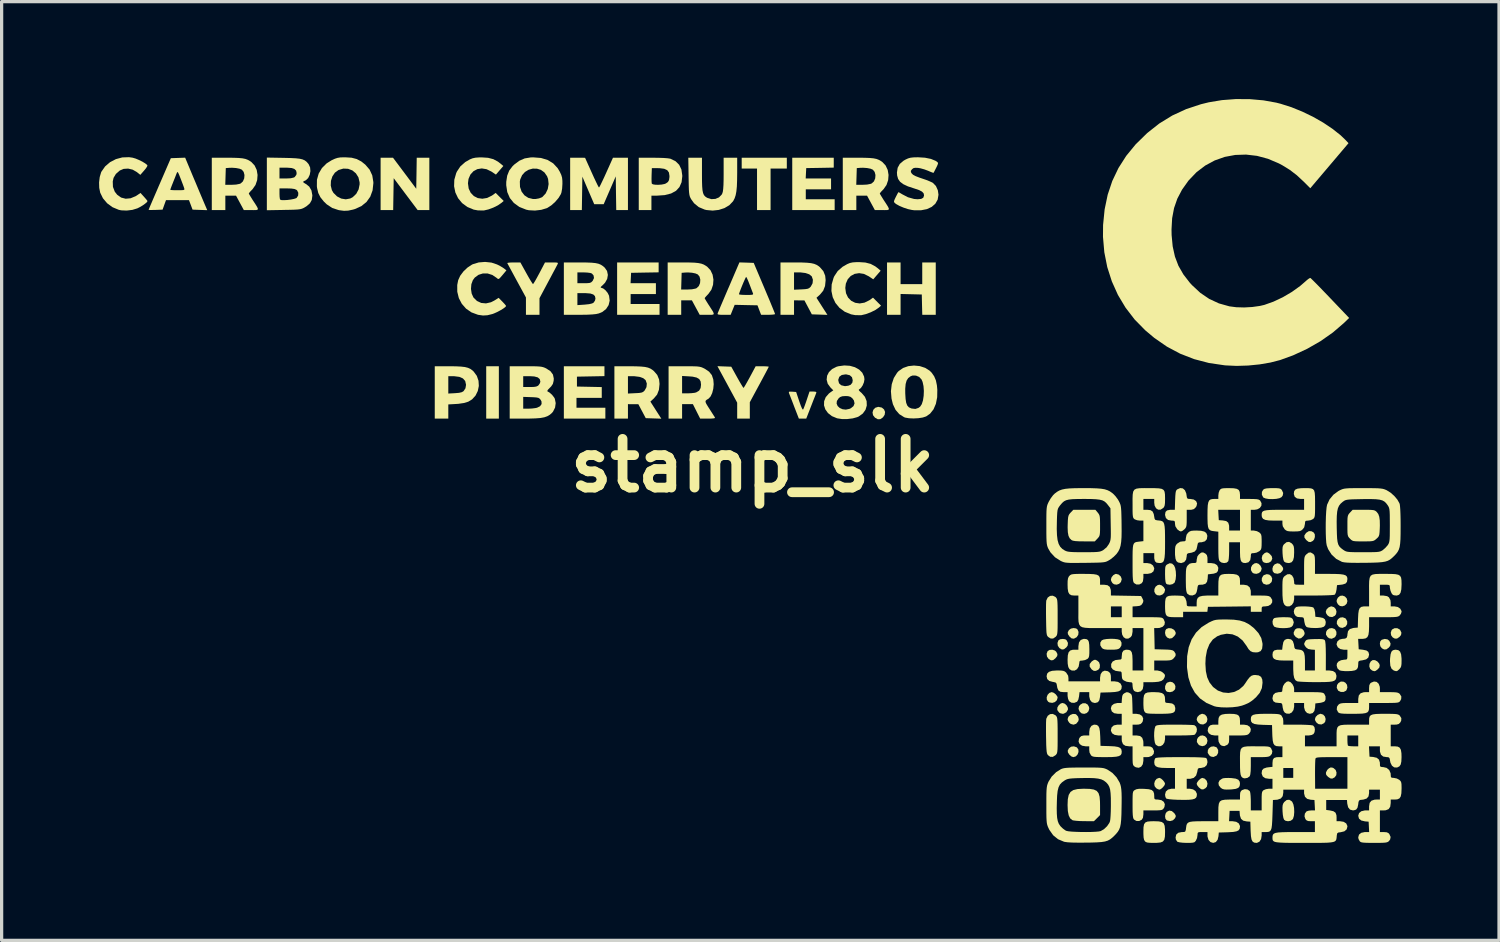
<source format=kicad_pcb>
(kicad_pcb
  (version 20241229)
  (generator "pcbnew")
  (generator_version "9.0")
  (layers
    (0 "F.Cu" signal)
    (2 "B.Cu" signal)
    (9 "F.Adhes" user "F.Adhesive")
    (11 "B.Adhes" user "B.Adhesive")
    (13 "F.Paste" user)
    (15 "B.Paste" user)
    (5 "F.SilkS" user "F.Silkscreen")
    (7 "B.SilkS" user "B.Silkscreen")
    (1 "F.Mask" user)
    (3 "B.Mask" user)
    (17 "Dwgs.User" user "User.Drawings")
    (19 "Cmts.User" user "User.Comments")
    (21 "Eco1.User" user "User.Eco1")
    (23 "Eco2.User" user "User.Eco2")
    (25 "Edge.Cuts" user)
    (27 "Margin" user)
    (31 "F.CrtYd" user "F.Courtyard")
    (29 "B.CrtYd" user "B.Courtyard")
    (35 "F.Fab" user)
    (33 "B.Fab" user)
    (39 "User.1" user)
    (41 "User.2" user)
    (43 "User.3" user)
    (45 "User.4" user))
  (footprint "stamp_slk"
    (layer "F.Cu")
    (at 20.116 11.282)
    (property "Reference" "stamp_slk" (at 0 0 0) (layer "F.SilkS") (effects (font (size 1.5 1.5) (thickness 0.3))))
    (attr board_only exclude_from_pos_files exclude_from_bom)
    (fp_poly (pts (xy -7.809 -2.251) (xy -7.809 -1.445) (xy -8.004 -1.445) (xy -8.198 -1.445) (xy -8.198 -2.251) (xy -8.198 -3.057) (xy -8.004 -3.057) (xy -7.809 -3.057)) (stroke (width 0) (type solid)) (fill yes) (layer "F.SilkS"))
    (fp_poly (pts (xy 10.317 7.357) (xy 10.359 7.431) (xy 10.366 7.483) (xy 10.343 7.564) (xy 10.287 7.62) (xy 10.212 7.644) (xy 10.135 7.631) (xy 10.075 7.58) (xy 10.036 7.492) (xy 10.05 7.413) (xy 10.088 7.364) (xy 10.166 7.317) (xy 10.247 7.317)) (stroke (width 0) (type solid)) (fill yes) (layer "F.SilkS"))
    (fp_poly (pts (xy 13.931 8.334) (xy 13.986 8.393) (xy 14.006 8.474) (xy 13.984 8.561) (xy 13.926 8.618) (xy 13.849 8.639) (xy 13.767 8.617) (xy 13.728 8.587) (xy 13.679 8.51) (xy 13.685 8.428) (xy 13.716 8.371) (xy 13.781 8.318) (xy 13.857 8.307)) (stroke (width 0) (type solid)) (fill yes) (layer "F.SilkS"))
    (fp_poly (pts (xy 19.55 5.352) (xy 19.604 5.397) (xy 19.643 5.48) (xy 19.63 5.552) (xy 19.583 5.609) (xy 19.51 5.66) (xy 19.441 5.661) (xy 19.376 5.626) (xy 19.329 5.567) (xy 19.312 5.489) (xy 19.325 5.414) (xy 19.368 5.364) (xy 19.463 5.337)) (stroke (width 0) (type solid)) (fill yes) (layer "F.SilkS"))
    (fp_poly (pts (xy 9.942 7.651) (xy 9.965 7.663) (xy 10.023 7.729) (xy 10.043 7.811) (xy 10.029 7.871) (xy 9.964 7.949) (xy 9.884 7.977) (xy 9.799 7.955) (xy 9.754 7.92) (xy 9.713 7.86) (xy 9.699 7.809) (xy 9.723 7.734) (xy 9.784 7.677) (xy 9.863 7.646)) (stroke (width 0) (type solid)) (fill yes) (layer "F.SilkS"))
    (fp_poly (pts (xy 12.598 3.69) (xy 12.661 3.744) (xy 12.698 3.809) (xy 12.7 3.829) (xy 12.677 3.912) (xy 12.619 3.971) (xy 12.541 4) (xy 12.46 3.991) (xy 12.41 3.958) (xy 12.37 3.885) (xy 12.372 3.802) (xy 12.409 3.728) (xy 12.474 3.679) (xy 12.529 3.668)) (stroke (width 0) (type solid)) (fill yes) (layer "F.SilkS"))
    (fp_poly (pts (xy 12.897 5.013) (xy 12.973 5.054) (xy 13.004 5.091) (xy 13.029 5.147) (xy 13.024 5.19) (xy 12.988 5.244) (xy 12.915 5.313) (xy 12.837 5.327) (xy 12.763 5.293) (xy 12.717 5.233) (xy 12.699 5.152) (xy 12.711 5.074) (xy 12.74 5.031) (xy 12.812 5.004)) (stroke (width 0) (type solid)) (fill yes) (layer "F.SilkS"))
    (fp_poly (pts (xy 12.928 6.671) (xy 12.987 6.721) (xy 13.019 6.791) (xy 13.012 6.872) (xy 12.995 6.905) (xy 12.934 6.956) (xy 12.852 6.977) (xy 12.771 6.966) (xy 12.733 6.942) (xy 12.701 6.875) (xy 12.703 6.79) (xy 12.736 6.713) (xy 12.771 6.68) (xy 12.852 6.654)) (stroke (width 0) (type solid)) (fill yes) (layer "F.SilkS"))
    (fp_poly (pts (xy 13.927 7.666) (xy 13.981 7.725) (xy 14.004 7.803) (xy 13.99 7.882) (xy 13.955 7.93) (xy 13.874 7.971) (xy 13.787 7.961) (xy 13.728 7.92) (xy 13.687 7.86) (xy 13.673 7.809) (xy 13.697 7.738) (xy 13.756 7.677) (xy 13.83 7.644) (xy 13.849 7.642)) (stroke (width 0) (type solid)) (fill yes) (layer "F.SilkS"))
    (fp_poly (pts (xy 14.276 8.67) (xy 14.296 8.686) (xy 14.335 8.759) (xy 14.334 8.844) (xy 14.297 8.916) (xy 14.278 8.933) (xy 14.19 8.972) (xy 14.11 8.958) (xy 14.062 8.921) (xy 14.013 8.844) (xy 14.018 8.762) (xy 14.049 8.704) (xy 14.114 8.656) (xy 14.197 8.644)) (stroke (width 0) (type solid)) (fill yes) (layer "F.SilkS"))
    (fp_poly (pts (xy 15.579 3.025) (xy 15.638 3.083) (xy 15.671 3.156) (xy 15.674 3.178) (xy 15.65 3.255) (xy 15.59 3.309) (xy 15.511 3.334) (xy 15.43 3.322) (xy 15.384 3.291) (xy 15.344 3.218) (xy 15.347 3.136) (xy 15.385 3.063) (xy 15.452 3.013) (xy 15.513 3.001)) (stroke (width 0) (type solid)) (fill yes) (layer "F.SilkS"))
    (fp_poly (pts (xy 15.908 3.357) (xy 15.967 3.406) (xy 15.998 3.477) (xy 15.988 3.56) (xy 15.969 3.597) (xy 15.904 3.653) (xy 15.82 3.669) (xy 15.739 3.642) (xy 15.717 3.625) (xy 15.677 3.549) (xy 15.68 3.464) (xy 15.723 3.39) (xy 15.745 3.373) (xy 15.83 3.343)) (stroke (width 0) (type solid)) (fill yes) (layer "F.SilkS"))
    (fp_poly (pts (xy 16.227 3.025) (xy 16.295 3.093) (xy 16.332 3.15) (xy 16.336 3.193) (xy 16.311 3.246) (xy 16.249 3.307) (xy 16.162 3.331) (xy 16.071 3.314) (xy 16.056 3.305) (xy 16.014 3.252) (xy 16.005 3.176) (xy 16.026 3.099) (xy 16.075 3.041) (xy 16.156 3.008)) (stroke (width 0) (type solid)) (fill yes) (layer "F.SilkS"))
    (fp_poly (pts (xy 17.567 7.666) (xy 17.621 7.725) (xy 17.644 7.803) (xy 17.631 7.882) (xy 17.596 7.93) (xy 17.514 7.971) (xy 17.428 7.961) (xy 17.369 7.92) (xy 17.327 7.86) (xy 17.313 7.809) (xy 17.337 7.738) (xy 17.396 7.677) (xy 17.471 7.644) (xy 17.489 7.642)) (stroke (width 0) (type solid)) (fill yes) (layer "F.SilkS"))
    (fp_poly (pts (xy 17.901 4.359) (xy 17.955 4.418) (xy 17.978 4.496) (xy 17.964 4.575) (xy 17.929 4.623) (xy 17.848 4.664) (xy 17.761 4.654) (xy 17.702 4.613) (xy 17.661 4.553) (xy 17.647 4.502) (xy 17.671 4.431) (xy 17.73 4.37) (xy 17.804 4.337) (xy 17.823 4.335)) (stroke (width 0) (type solid)) (fill yes) (layer "F.SilkS"))
    (fp_poly (pts (xy 17.917 5.03) (xy 17.936 5.046) (xy 17.975 5.119) (xy 17.975 5.203) (xy 17.937 5.276) (xy 17.918 5.292) (xy 17.83 5.332) (xy 17.751 5.317) (xy 17.702 5.28) (xy 17.653 5.203) (xy 17.659 5.121) (xy 17.69 5.064) (xy 17.754 5.015) (xy 17.838 5.003)) (stroke (width 0) (type solid)) (fill yes) (layer "F.SilkS"))
    (fp_poly (pts (xy 18.194 6.654) (xy 18.252 6.685) (xy 18.301 6.749) (xy 18.313 6.833) (xy 18.286 6.912) (xy 18.27 6.932) (xy 18.198 6.969) (xy 18.111 6.969) (xy 18.036 6.934) (xy 18.026 6.924) (xy 17.985 6.843) (xy 17.995 6.756) (xy 18.036 6.697) (xy 18.112 6.649)) (stroke (width 0) (type solid)) (fill yes) (layer "F.SilkS"))
    (fp_poly (pts (xy 18.248 4.701) (xy 18.268 4.72) (xy 18.308 4.798) (xy 18.306 4.882) (xy 18.262 4.951) (xy 18.252 4.959) (xy 18.163 4.998) (xy 18.084 4.984) (xy 18.036 4.947) (xy 17.987 4.87) (xy 17.992 4.788) (xy 18.023 4.73) (xy 18.088 4.681) (xy 18.17 4.671)) (stroke (width 0) (type solid)) (fill yes) (layer "F.SilkS"))
    (fp_poly (pts (xy 19.849 5.007) (xy 19.921 5.045) (xy 19.938 5.064) (xy 19.977 5.146) (xy 19.964 5.218) (xy 19.917 5.275) (xy 19.843 5.326) (xy 19.774 5.327) (xy 19.709 5.292) (xy 19.661 5.228) (xy 19.648 5.145) (xy 19.675 5.066) (xy 19.691 5.046) (xy 19.764 5.007)) (stroke (width 0) (type solid)) (fill yes) (layer "F.SilkS"))
    (fp_poly (pts (xy 3.98 -1.785) (xy 4.049 -1.728) (xy 4.081 -1.65) (xy 4.068 -1.562) (xy 4.017 -1.485) (xy 3.937 -1.429) (xy 3.858 -1.425) (xy 3.769 -1.475) (xy 3.769 -1.475) (xy 3.71 -1.55) (xy 3.695 -1.635) (xy 3.719 -1.716) (xy 3.777 -1.778) (xy 3.865 -1.806) (xy 3.878 -1.806)) (stroke (width 0) (type solid)) (fill yes) (layer "F.SilkS"))
    (fp_poly (pts (xy 9.275 6.996) (xy 9.339 7.047) (xy 9.384 7.109) (xy 9.393 7.145) (xy 9.369 7.225) (xy 9.309 7.281) (xy 9.227 7.306) (xy 9.14 7.293) (xy 9.103 7.272) (xy 9.061 7.211) (xy 9.056 7.135) (xy 9.084 7.058) (xy 9.137 7) (xy 9.21 6.975) (xy 9.212 6.975)) (stroke (width 0) (type solid)) (fill yes) (layer "F.SilkS"))
    (fp_poly (pts (xy 9.614 7.332) (xy 9.674 7.389) (xy 9.709 7.46) (xy 9.71 7.515) (xy 9.661 7.595) (xy 9.582 7.638) (xy 9.546 7.642) (xy 9.476 7.626) (xy 9.443 7.607) (xy 9.398 7.552) (xy 9.381 7.515) (xy 9.386 7.446) (xy 9.428 7.376) (xy 9.49 7.324) (xy 9.546 7.309)) (stroke (width 0) (type solid)) (fill yes) (layer "F.SilkS"))
    (fp_poly (pts (xy 9.625 5.347) (xy 9.664 5.37) (xy 9.711 5.459) (xy 9.702 5.541) (xy 9.66 5.599) (xy 9.588 5.655) (xy 9.525 5.663) (xy 9.454 5.623) (xy 9.448 5.619) (xy 9.399 5.548) (xy 9.388 5.461) (xy 9.418 5.381) (xy 9.421 5.377) (xy 9.474 5.347) (xy 9.551 5.337)) (stroke (width 0) (type solid)) (fill yes) (layer "F.SilkS"))
    (fp_poly (pts (xy 9.962 5.014) (xy 10.004 5.044) (xy 10.037 5.122) (xy 10.028 5.209) (xy 9.981 5.282) (xy 9.977 5.285) (xy 9.894 5.33) (xy 9.821 5.32) (xy 9.756 5.262) (xy 9.71 5.192) (xy 9.704 5.135) (xy 9.737 5.071) (xy 9.742 5.064) (xy 9.802 5.019) (xy 9.884 5.002)) (stroke (width 0) (type solid)) (fill yes) (layer "F.SilkS"))
    (fp_poly (pts (xy 11.276 3.358) (xy 11.339 3.418) (xy 11.366 3.495) (xy 11.366 3.499) (xy 11.343 3.583) (xy 11.286 3.641) (xy 11.209 3.667) (xy 11.13 3.655) (xy 11.079 3.617) (xy 11.042 3.553) (xy 11.033 3.506) (xy 11.055 3.437) (xy 11.108 3.373) (xy 11.173 3.337) (xy 11.193 3.335)) (stroke (width 0) (type solid)) (fill yes) (layer "F.SilkS"))
    (fp_poly (pts (xy 12.909 10.637) (xy 12.984 10.702) (xy 12.988 10.707) (xy 13.025 10.765) (xy 13.029 10.808) (xy 13.004 10.86) (xy 12.942 10.921) (xy 12.855 10.945) (xy 12.764 10.928) (xy 12.749 10.92) (xy 12.711 10.869) (xy 12.7 10.792) (xy 12.717 10.713) (xy 12.753 10.66) (xy 12.829 10.622)) (stroke (width 0) (type solid)) (fill yes) (layer "F.SilkS"))
    (fp_poly (pts (xy 15.862 2.678) (xy 15.915 2.713) (xy 15.983 2.787) (xy 16.001 2.867) (xy 15.967 2.944) (xy 15.963 2.948) (xy 15.897 2.99) (xy 15.815 3.002) (xy 15.741 2.983) (xy 15.701 2.944) (xy 15.676 2.85) (xy 15.698 2.762) (xy 15.762 2.698) (xy 15.763 2.697) (xy 15.818 2.672)) (stroke (width 0) (type solid)) (fill yes) (layer "F.SilkS"))
    (fp_poly (pts (xy 17.211 2.023) (xy 17.278 2.063) (xy 17.31 2.119) (xy 17.312 2.198) (xy 17.289 2.274) (xy 17.251 2.319) (xy 17.179 2.356) (xy 17.118 2.349) (xy 17.05 2.296) (xy 17.048 2.294) (xy 16.992 2.221) (xy 16.988 2.154) (xy 17.035 2.083) (xy 17.05 2.067) (xy 17.128 2.018)) (stroke (width 0) (type solid)) (fill yes) (layer "F.SilkS"))
    (fp_poly (pts (xy 18.236 4.03) (xy 18.292 4.089) (xy 18.314 4.173) (xy 18.314 4.173) (xy 18.291 4.253) (xy 18.234 4.308) (xy 18.159 4.333) (xy 18.083 4.322) (xy 18.023 4.273) (xy 17.99 4.211) (xy 17.98 4.168) (xy 17.995 4.114) (xy 18.023 4.064) (xy 18.087 4.012) (xy 18.163 4.003)) (stroke (width 0) (type solid)) (fill yes) (layer "F.SilkS"))
    (fp_poly (pts (xy 19.165 5.991) (xy 19.238 6.032) (xy 19.292 6.097) (xy 19.309 6.148) (xy 19.296 6.219) (xy 19.242 6.277) (xy 19.186 6.319) (xy 19.146 6.331) (xy 19.097 6.318) (xy 19.072 6.308) (xy 19.014 6.259) (xy 18.988 6.184) (xy 18.995 6.102) (xy 19.032 6.03) (xy 19.093 5.988)) (stroke (width 0) (type solid)) (fill yes) (layer "F.SilkS"))
    (fp_poly (pts (xy 1.056 -9.31) (xy 1.056 -9.143) (xy 0.806 -9.143) (xy 0.556 -9.143) (xy 0.556 -8.504) (xy 0.556 -7.865) (xy 0.347 -7.865) (xy 0.139 -7.865) (xy 0.139 -8.504) (xy 0.139 -9.143) (xy -0.097 -9.143) (xy -0.333 -9.143) (xy -0.333 -9.31) (xy -0.333 -9.476) (xy 0.361 -9.476) (xy 1.056 -9.476)) (stroke (width 0) (type solid)) (fill yes) (layer "F.SilkS"))
    (fp_poly (pts (xy 9.309 5.695) (xy 9.35 5.731) (xy 9.387 5.803) (xy 9.38 5.864) (xy 9.327 5.932) (xy 9.325 5.934) (xy 9.253 5.99) (xy 9.19 5.996) (xy 9.117 5.955) (xy 9.115 5.952) (xy 9.065 5.881) (xy 9.054 5.794) (xy 9.084 5.715) (xy 9.087 5.711) (xy 9.149 5.675) (xy 9.231 5.67)) (stroke (width 0) (type solid)) (fill yes) (layer "F.SilkS"))
    (fp_poly (pts (xy 10.61 6.004) (xy 10.669 6.056) (xy 10.693 6.135) (xy 10.694 6.145) (xy 10.688 6.231) (xy 10.645 6.286) (xy 10.568 6.321) (xy 10.508 6.321) (xy 10.445 6.279) (xy 10.434 6.268) (xy 10.379 6.187) (xy 10.38 6.11) (xy 10.437 6.036) (xy 10.457 6.02) (xy 10.514 5.983) (xy 10.558 5.98)) (stroke (width 0) (type solid)) (fill yes) (layer "F.SilkS"))
    (fp_poly (pts (xy 12.576 9.636) (xy 12.634 9.687) (xy 12.681 9.747) (xy 12.7 9.796) (xy 12.68 9.847) (xy 12.632 9.907) (xy 12.574 9.957) (xy 12.527 9.977) (xy 12.478 9.962) (xy 12.428 9.933) (xy 12.378 9.869) (xy 12.367 9.789) (xy 12.389 9.709) (xy 12.44 9.645) (xy 12.515 9.616) (xy 12.527 9.615)) (stroke (width 0) (type solid)) (fill yes) (layer "F.SilkS"))
    (fp_poly (pts (xy 16.916 5.026) (xy 16.963 5.072) (xy 16.976 5.096) (xy 16.998 5.157) (xy 16.988 5.206) (xy 16.959 5.249) (xy 16.887 5.315) (xy 16.81 5.326) (xy 16.73 5.282) (xy 16.715 5.268) (xy 16.665 5.203) (xy 16.659 5.144) (xy 16.662 5.134) (xy 16.7 5.05) (xy 16.758 5.012) (xy 16.838 5.008)) (stroke (width 0) (type solid)) (fill yes) (layer "F.SilkS"))
    (fp_poly (pts (xy 9.979 8.673) (xy 9.989 8.68) (xy 10.031 8.74) (xy 10.036 8.817) (xy 10.008 8.893) (xy 9.954 8.952) (xy 9.88 8.976) (xy 9.877 8.976) (xy 9.816 8.955) (xy 9.757 8.903) (xy 9.756 8.903) (xy 9.71 8.832) (xy 9.704 8.776) (xy 9.737 8.711) (xy 9.742 8.704) (xy 9.807 8.655) (xy 9.893 8.644)) (stroke (width 0) (type solid)) (fill yes) (layer "F.SilkS"))
    (fp_poly (pts (xy 13.923 9.64) (xy 13.982 9.704) (xy 14.006 9.791) (xy 14.006 9.796) (xy 13.988 9.885) (xy 13.944 9.933) (xy 13.872 9.971) (xy 13.811 9.964) (xy 13.743 9.91) (xy 13.741 9.908) (xy 13.694 9.85) (xy 13.673 9.799) (xy 13.673 9.796) (xy 13.693 9.745) (xy 13.741 9.684) (xy 13.799 9.635) (xy 13.846 9.615)) (stroke (width 0) (type solid)) (fill yes) (layer "F.SilkS"))
    (fp_poly (pts (xy 17.854 9.3) (xy 17.888 9.315) (xy 17.951 9.37) (xy 17.979 9.449) (xy 17.971 9.531) (xy 17.923 9.597) (xy 17.92 9.599) (xy 17.852 9.636) (xy 17.794 9.633) (xy 17.726 9.589) (xy 17.713 9.578) (xy 17.662 9.523) (xy 17.652 9.468) (xy 17.657 9.44) (xy 17.694 9.369) (xy 17.743 9.322) (xy 17.8 9.293)) (stroke (width 0) (type solid)) (fill yes) (layer "F.SilkS"))
    (fp_poly (pts (xy -10.709 -8.999) (xy -10.352 -8.521) (xy -10.344 -8.999) (xy -10.337 -9.476) (xy -10.143 -9.476) (xy -9.949 -9.476) (xy -9.949 -8.67) (xy -9.949 -7.865) (xy -10.129 -7.865) (xy -10.309 -7.865) (xy -10.678 -8.356) (xy -11.046 -8.847) (xy -11.054 -8.356) (xy -11.062 -7.865) (xy -11.256 -7.865) (xy -11.449 -7.865) (xy -11.449 -8.67) (xy -11.449 -9.476) (xy -11.258 -9.476) (xy -11.067 -9.476)) (stroke (width 0) (type solid)) (fill yes) (layer "F.SilkS"))
    (fp_poly (pts (xy 11.132 5.335) (xy 11.235 5.347) (xy 11.306 5.368) (xy 11.322 5.379) (xy 11.361 5.453) (xy 11.356 5.539) (xy 11.311 5.614) (xy 11.272 5.642) (xy 11.22 5.659) (xy 11.139 5.667) (xy 11.033 5.669) (xy 10.915 5.667) (xy 10.838 5.658) (xy 10.788 5.64) (xy 10.755 5.614) (xy 10.707 5.535) (xy 10.707 5.45) (xy 10.75 5.382) (xy 10.807 5.356) (xy 10.902 5.34) (xy 11.015 5.333)) (stroke (width 0) (type solid)) (fill yes) (layer "F.SilkS"))
    (fp_poly (pts (xy 16.597 10.334) (xy 16.616 10.355) (xy 16.651 10.433) (xy 16.672 10.543) (xy 16.677 10.667) (xy 16.667 10.783) (xy 16.64 10.872) (xy 16.631 10.887) (xy 16.569 10.934) (xy 16.486 10.95) (xy 16.406 10.934) (xy 16.365 10.903) (xy 16.343 10.85) (xy 16.326 10.755) (xy 16.317 10.646) (xy 16.314 10.533) (xy 16.32 10.458) (xy 16.337 10.405) (xy 16.368 10.359) (xy 16.443 10.296) (xy 16.521 10.288)) (stroke (width 0) (type solid)) (fill yes) (layer "F.SilkS"))
    (fp_poly (pts (xy 12.917 3.019) (xy 12.976 3.075) (xy 13.011 3.152) (xy 13.031 3.262) (xy 13.037 3.386) (xy 13.026 3.502) (xy 12.999 3.591) (xy 12.99 3.607) (xy 12.93 3.651) (xy 12.848 3.669) (xy 12.769 3.657) (xy 12.733 3.635) (xy 12.716 3.587) (xy 12.704 3.491) (xy 12.7 3.351) (xy 12.7 3.345) (xy 12.701 3.222) (xy 12.706 3.142) (xy 12.718 3.093) (xy 12.739 3.063) (xy 12.762 3.045) (xy 12.845 3.006)) (stroke (width 0) (type solid)) (fill yes) (layer "F.SilkS"))
    (fp_poly (pts (xy 14.747 9.621) (xy 14.875 9.638) (xy 14.956 9.672) (xy 14.997 9.73) (xy 15.007 9.796) (xy 14.995 9.871) (xy 14.955 9.922) (xy 14.878 9.953) (xy 14.756 9.969) (xy 14.71 9.972) (xy 14.595 9.975) (xy 14.519 9.97) (xy 14.466 9.954) (xy 14.419 9.924) (xy 14.416 9.922) (xy 14.355 9.846) (xy 14.343 9.766) (xy 14.378 9.693) (xy 14.456 9.639) (xy 14.495 9.626) (xy 14.558 9.619) (xy 14.654 9.617)) (stroke (width 0) (type solid)) (fill yes) (layer "F.SilkS"))
    (fp_poly (pts (xy 16.133 0.696) (xy 16.208 0.702) (xy 16.254 0.716) (xy 16.284 0.74) (xy 16.297 0.757) (xy 16.337 0.845) (xy 16.322 0.924) (xy 16.285 0.973) (xy 16.223 1.005) (xy 16.126 1.025) (xy 16.011 1.033) (xy 15.894 1.03) (xy 15.794 1.013) (xy 15.727 0.985) (xy 15.72 0.977) (xy 15.68 0.898) (xy 15.682 0.811) (xy 15.724 0.741) (xy 15.766 0.716) (xy 15.833 0.702) (xy 15.937 0.696) (xy 16.015 0.695)) (stroke (width 0) (type solid)) (fill yes) (layer "F.SilkS"))
    (fp_poly (pts (xy 19.882 5.683) (xy 19.935 5.728) (xy 19.967 5.811) (xy 19.98 5.939) (xy 19.981 5.996) (xy 19.979 6.106) (xy 19.969 6.177) (xy 19.948 6.226) (xy 19.913 6.268) (xy 19.858 6.317) (xy 19.815 6.331) (xy 19.758 6.315) (xy 19.737 6.307) (xy 19.673 6.255) (xy 19.635 6.161) (xy 19.624 6.021) (xy 19.627 5.941) (xy 19.642 5.812) (xy 19.669 5.73) (xy 19.713 5.686) (xy 19.781 5.67) (xy 19.802 5.669)) (stroke (width 0) (type solid)) (fill yes) (layer "F.SilkS"))
    (fp_poly (pts (xy 16.468 4.67) (xy 16.543 4.676) (xy 16.588 4.689) (xy 16.617 4.713) (xy 16.634 4.737) (xy 16.663 4.825) (xy 16.638 4.914) (xy 16.601 4.96) (xy 16.545 4.986) (xy 16.453 5.001) (xy 16.341 5.006) (xy 16.227 5.001) (xy 16.129 4.985) (xy 16.063 4.96) (xy 16.053 4.951) (xy 16.016 4.881) (xy 16.008 4.799) (xy 16.029 4.729) (xy 16.061 4.697) (xy 16.113 4.684) (xy 16.203 4.674) (xy 16.315 4.669) (xy 16.352 4.669)) (stroke (width 0) (type solid)) (fill yes) (layer "F.SilkS"))
    (fp_poly (pts (xy 16.597 2.394) (xy 16.604 2.401) (xy 16.641 2.444) (xy 16.662 2.493) (xy 16.672 2.563) (xy 16.674 2.672) (xy 16.674 2.674) (xy 16.667 2.82) (xy 16.642 2.918) (xy 16.596 2.976) (xy 16.526 3) (xy 16.495 3.001) (xy 16.418 2.988) (xy 16.365 2.955) (xy 16.343 2.902) (xy 16.326 2.807) (xy 16.317 2.698) (xy 16.314 2.582) (xy 16.32 2.506) (xy 16.338 2.456) (xy 16.359 2.426) (xy 16.439 2.36) (xy 16.519 2.349)) (stroke (width 0) (type solid)) (fill yes) (layer "F.SilkS"))
    (fp_poly (pts (xy -4.558 -2.905) (xy -4.558 -2.753) (xy -4.981 -2.745) (xy -5.405 -2.737) (xy -5.405 -2.584) (xy -5.405 -2.432) (xy -5.023 -2.424) (xy -4.641 -2.416) (xy -4.641 -2.25) (xy -4.641 -2.084) (xy -5.03 -2.084) (xy -5.419 -2.084) (xy -5.419 -1.931) (xy -5.419 -1.779) (xy -4.974 -1.779) (xy -4.53 -1.779) (xy -4.53 -1.612) (xy -4.53 -1.445) (xy -5.169 -1.445) (xy -5.808 -1.445) (xy -5.808 -2.251) (xy -5.808 -3.057) (xy -5.183 -3.057) (xy -4.558 -3.057)) (stroke (width 0) (type solid)) (fill yes) (layer "F.SilkS"))
    (fp_poly (pts (xy -2.89 -6.101) (xy -2.89 -5.948) (xy -3.314 -5.941) (xy -3.738 -5.933) (xy -3.746 -5.773) (xy -3.754 -5.614) (xy -3.364 -5.614) (xy -2.974 -5.614) (xy -2.974 -5.447) (xy -2.974 -5.28) (xy -3.363 -5.28) (xy -3.752 -5.28) (xy -3.752 -5.127) (xy -3.752 -4.974) (xy -3.307 -4.974) (xy -2.862 -4.974) (xy -2.862 -4.808) (xy -2.862 -4.641) (xy -3.515 -4.641) (xy -4.168 -4.641) (xy -4.168 -5.447) (xy -4.168 -6.253) (xy -3.529 -6.253) (xy -2.89 -6.253)) (stroke (width 0) (type solid)) (fill yes) (layer "F.SilkS"))
    (fp_poly (pts (xy 2.501 -9.324) (xy 2.501 -9.172) (xy 2.077 -9.164) (xy 1.654 -9.157) (xy 1.645 -8.997) (xy 1.637 -8.837) (xy 2.027 -8.837) (xy 2.418 -8.837) (xy 2.418 -8.67) (xy 2.418 -8.504) (xy 2.029 -8.504) (xy 1.64 -8.504) (xy 1.64 -8.351) (xy 1.64 -8.198) (xy 2.084 -8.198) (xy 2.529 -8.198) (xy 2.529 -8.031) (xy 2.529 -7.865) (xy 1.876 -7.865) (xy 1.223 -7.865) (xy 1.223 -8.67) (xy 1.223 -9.476) (xy 1.862 -9.476) (xy 2.501 -9.476)) (stroke (width 0) (type solid)) (fill yes) (layer "F.SilkS"))
    (fp_poly (pts (xy 4.558 -5.919) (xy 4.558 -5.586) (xy 4.891 -5.586) (xy 5.225 -5.586) (xy 5.225 -5.919) (xy 5.225 -6.253) (xy 5.433 -6.253) (xy 5.641 -6.253) (xy 5.641 -5.447) (xy 5.641 -4.641) (xy 5.434 -4.641) (xy 5.226 -4.641) (xy 5.218 -4.954) (xy 5.211 -5.266) (xy 4.884 -5.274) (xy 4.558 -5.282) (xy 4.558 -4.961) (xy 4.558 -4.641) (xy 4.349 -4.641) (xy 4.141 -4.641) (xy 4.141 -5.447) (xy 4.141 -6.253) (xy 4.349 -6.253) (xy 4.558 -6.253)) (stroke (width 0) (type solid)) (fill yes) (layer "F.SilkS"))
    (fp_poly (pts (xy 12.504 10.954) (xy 12.6 10.973) (xy 12.658 11.015) (xy 12.688 11.09) (xy 12.699 11.207) (xy 12.7 11.283) (xy 12.696 11.422) (xy 12.677 11.516) (xy 12.634 11.574) (xy 12.559 11.604) (xy 12.443 11.615) (xy 12.357 11.616) (xy 12.236 11.614) (xy 12.157 11.606) (xy 12.108 11.589) (xy 12.079 11.565) (xy 12.055 11.523) (xy 12.04 11.456) (xy 12.034 11.35) (xy 12.033 11.278) (xy 12.036 11.138) (xy 12.053 11.045) (xy 12.091 10.989) (xy 12.161 10.96) (xy 12.272 10.95) (xy 12.362 10.949)) (stroke (width 0) (type solid)) (fill yes) (layer "F.SilkS"))
    (fp_poly (pts (xy 10.381 9.954) (xy 10.508 9.974) (xy 10.597 10.016) (xy 10.653 10.088) (xy 10.685 10.196) (xy 10.697 10.347) (xy 10.699 10.464) (xy 10.699 10.76) (xy 10.605 10.855) (xy 10.51 10.949) (xy 10.209 10.947) (xy 10.079 10.944) (xy 9.964 10.936) (xy 9.88 10.925) (xy 9.846 10.916) (xy 9.779 10.861) (xy 9.734 10.77) (xy 9.707 10.635) (xy 9.699 10.453) (xy 9.699 10.45) (xy 9.706 10.272) (xy 9.734 10.14) (xy 9.789 10.048) (xy 9.876 9.99) (xy 10.004 9.959) (xy 10.178 9.949) (xy 10.208 9.949)) (stroke (width 0) (type solid)) (fill yes) (layer "F.SilkS"))
    (fp_poly (pts (xy 1.942 -2.273) (xy 1.967 -2.253) (xy 1.966 -2.244) (xy 1.951 -2.207) (xy 1.921 -2.128) (xy 1.877 -2.018) (xy 1.826 -1.886) (xy 1.803 -1.827) (xy 1.654 -1.445) (xy 1.54 -1.445) (xy 1.427 -1.445) (xy 1.284 -1.813) (xy 1.232 -1.95) (xy 1.185 -2.071) (xy 1.148 -2.166) (xy 1.126 -2.223) (xy 1.123 -2.232) (xy 1.118 -2.263) (xy 1.141 -2.276) (xy 1.205 -2.275) (xy 1.224 -2.274) (xy 1.343 -2.265) (xy 1.439 -1.977) (xy 1.488 -1.84) (xy 1.524 -1.756) (xy 1.549 -1.723) (xy 1.559 -1.727) (xy 1.578 -1.768) (xy 1.609 -1.849) (xy 1.647 -1.956) (xy 1.669 -2.022) (xy 1.755 -2.279) (xy 1.867 -2.279)) (stroke (width 0) (type solid)) (fill yes) (layer "F.SilkS"))
    (fp_poly (pts (xy 10.627 1.447) (xy 10.658 1.488) (xy 10.679 1.529) (xy 10.691 1.582) (xy 10.697 1.661) (xy 10.699 1.777) (xy 10.699 1.847) (xy 10.699 1.984) (xy 10.695 2.077) (xy 10.687 2.139) (xy 10.671 2.183) (xy 10.644 2.22) (xy 10.619 2.248) (xy 10.538 2.334) (xy 10.208 2.334) (xy 10.048 2.332) (xy 9.936 2.325) (xy 9.862 2.312) (xy 9.82 2.294) (xy 9.764 2.239) (xy 9.727 2.162) (xy 9.707 2.053) (xy 9.701 1.903) (xy 9.703 1.81) (xy 9.708 1.682) (xy 9.716 1.595) (xy 9.73 1.538) (xy 9.753 1.495) (xy 9.788 1.453) (xy 9.794 1.447) (xy 9.876 1.362) (xy 10.216 1.362) (xy 10.555 1.362)) (stroke (width 0) (type solid)) (fill yes) (layer "F.SilkS"))
    (fp_poly (pts (xy -3.835 -8.67) (xy -3.835 -7.865) (xy -4.015 -7.865) (xy -4.195 -7.865) (xy -4.203 -8.383) (xy -4.21 -8.902) (xy -4.396 -8.474) (xy -4.582 -8.045) (xy -4.727 -8.045) (xy -4.873 -8.045) (xy -5.056 -8.47) (xy -5.238 -8.894) (xy -5.246 -8.379) (xy -5.254 -7.865) (xy -5.434 -7.865) (xy -5.614 -7.865) (xy -5.614 -8.67) (xy -5.614 -9.476) (xy -5.384 -9.476) (xy -5.155 -9.475) (xy -4.949 -9.017) (xy -4.883 -8.871) (xy -4.823 -8.744) (xy -4.775 -8.644) (xy -4.741 -8.58) (xy -4.726 -8.559) (xy -4.709 -8.583) (xy -4.674 -8.65) (xy -4.625 -8.752) (xy -4.564 -8.881) (xy -4.502 -9.018) (xy -4.296 -9.476) (xy -4.066 -9.476) (xy -3.835 -9.476)) (stroke (width 0) (type solid)) (fill yes) (layer "F.SilkS"))
    (fp_poly (pts (xy -0.867 -3.051) (xy -0.654 -3.043) (xy -0.473 -2.716) (xy -0.406 -2.597) (xy -0.347 -2.497) (xy -0.303 -2.425) (xy -0.279 -2.391) (xy -0.277 -2.39) (xy -0.259 -2.413) (xy -0.22 -2.476) (xy -0.166 -2.571) (xy -0.101 -2.688) (xy -0.082 -2.723) (xy 0.097 -3.057) (xy 0.299 -3.057) (xy 0.397 -3.055) (xy 0.468 -3.05) (xy 0.5 -3.044) (xy 0.5 -3.043) (xy 0.488 -3.015) (xy 0.452 -2.946) (xy 0.398 -2.843) (xy 0.328 -2.712) (xy 0.247 -2.561) (xy 0.208 -2.489) (xy -0.083 -1.95) (xy -0.083 -1.697) (xy -0.083 -1.445) (xy -0.278 -1.445) (xy -0.472 -1.445) (xy -0.472 -1.691) (xy -0.472 -1.936) (xy -0.776 -2.498) (xy -1.08 -3.059)) (stroke (width 0) (type solid)) (fill yes) (layer "F.SilkS"))
    (fp_poly (pts (xy 10.279 5.343) (xy 10.325 5.37) (xy 10.353 5.426) (xy 10.366 5.521) (xy 10.37 5.659) (xy 10.369 5.779) (xy 10.363 5.857) (xy 10.35 5.906) (xy 10.326 5.939) (xy 10.309 5.953) (xy 10.238 5.988) (xy 10.154 6.003) (xy 10.09 6.008) (xy 10.064 6.033) (xy 10.06 6.079) (xy 10.04 6.189) (xy 9.989 6.27) (xy 9.915 6.312) (xy 9.827 6.309) (xy 9.819 6.306) (xy 9.759 6.269) (xy 9.722 6.204) (xy 9.703 6.101) (xy 9.699 5.983) (xy 9.706 5.844) (xy 9.73 5.751) (xy 9.777 5.696) (xy 9.852 5.672) (xy 9.909 5.669) (xy 10.032 5.669) (xy 10.032 5.564) (xy 10.05 5.447) (xy 10.103 5.37) (xy 10.188 5.337) (xy 10.211 5.336)) (stroke (width 0) (type solid)) (fill yes) (layer "F.SilkS"))
    (fp_poly (pts (xy 9.325 7.686) (xy 9.337 7.698) (xy 9.356 7.72) (xy 9.371 7.749) (xy 9.381 7.793) (xy 9.387 7.859) (xy 9.391 7.956) (xy 9.393 8.092) (xy 9.393 8.273) (xy 9.393 8.304) (xy 9.393 8.493) (xy 9.392 8.633) (xy 9.389 8.734) (xy 9.383 8.804) (xy 9.374 8.85) (xy 9.36 8.88) (xy 9.341 8.903) (xy 9.329 8.916) (xy 9.245 8.968) (xy 9.164 8.965) (xy 9.099 8.918) (xy 9.079 8.892) (xy 9.065 8.856) (xy 9.055 8.802) (xy 9.048 8.721) (xy 9.042 8.606) (xy 9.039 8.447) (xy 9.037 8.357) (xy 9.035 8.192) (xy 9.035 8.042) (xy 9.036 7.918) (xy 9.04 7.831) (xy 9.044 7.792) (xy 9.088 7.704) (xy 9.159 7.653) (xy 9.243 7.646)) (stroke (width 0) (type solid)) (fill yes) (layer "F.SilkS"))
    (fp_poly (pts (xy 12.507 6.982) (xy 12.606 7.004) (xy 12.665 7.049) (xy 12.694 7.119) (xy 12.7 7.198) (xy 12.703 7.269) (xy 12.721 7.3) (xy 12.771 7.308) (xy 12.806 7.309) (xy 12.919 7.325) (xy 12.988 7.375) (xy 13.014 7.459) (xy 13.015 7.475) (xy 13.01 7.535) (xy 12.99 7.579) (xy 12.949 7.609) (xy 12.877 7.628) (xy 12.769 7.638) (xy 12.617 7.642) (xy 12.518 7.642) (xy 12.36 7.641) (xy 12.248 7.638) (xy 12.172 7.632) (xy 12.124 7.621) (xy 12.093 7.605) (xy 12.079 7.591) (xy 12.055 7.549) (xy 12.04 7.482) (xy 12.034 7.376) (xy 12.033 7.304) (xy 12.036 7.164) (xy 12.053 7.071) (xy 12.091 7.015) (xy 12.161 6.986) (xy 12.272 6.976) (xy 12.362 6.975)) (stroke (width 0) (type solid)) (fill yes) (layer "F.SilkS"))
    (fp_poly (pts (xy 9.325 4.046) (xy 9.337 4.057) (xy 9.356 4.08) (xy 9.371 4.109) (xy 9.381 4.153) (xy 9.387 4.219) (xy 9.391 4.316) (xy 9.393 4.451) (xy 9.393 4.633) (xy 9.393 4.664) (xy 9.393 4.852) (xy 9.392 4.993) (xy 9.389 5.094) (xy 9.383 5.163) (xy 9.374 5.209) (xy 9.36 5.24) (xy 9.341 5.263) (xy 9.329 5.275) (xy 9.253 5.326) (xy 9.182 5.326) (xy 9.111 5.283) (xy 9.088 5.262) (xy 9.071 5.237) (xy 9.059 5.2) (xy 9.05 5.143) (xy 9.045 5.056) (xy 9.041 4.932) (xy 9.038 4.763) (xy 9.037 4.722) (xy 9.035 4.556) (xy 9.035 4.405) (xy 9.036 4.28) (xy 9.04 4.192) (xy 9.044 4.152) (xy 9.088 4.063) (xy 9.159 4.013) (xy 9.243 4.006)) (stroke (width 0) (type solid)) (fill yes) (layer "F.SilkS"))
    (fp_poly (pts (xy 13.177 7.977) (xy 13.332 7.979) (xy 13.461 7.983) (xy 13.553 7.987) (xy 13.601 7.993) (xy 13.603 7.993) (xy 13.658 8.04) (xy 13.681 8.114) (xy 13.672 8.196) (xy 13.631 8.267) (xy 13.606 8.288) (xy 13.569 8.295) (xy 13.486 8.301) (xy 13.369 8.306) (xy 13.227 8.308) (xy 13.138 8.309) (xy 12.7 8.309) (xy 12.7 8.42) (xy 12.681 8.521) (xy 12.632 8.596) (xy 12.564 8.638) (xy 12.489 8.64) (xy 12.416 8.596) (xy 12.413 8.592) (xy 12.387 8.534) (xy 12.371 8.44) (xy 12.363 8.326) (xy 12.366 8.21) (xy 12.378 8.107) (xy 12.399 8.035) (xy 12.41 8.019) (xy 12.433 8.004) (xy 12.472 7.993) (xy 12.535 7.985) (xy 12.628 7.98) (xy 12.76 7.977) (xy 12.937 7.976) (xy 13.005 7.976)) (stroke (width 0) (type solid)) (fill yes) (layer "F.SilkS"))
    (fp_poly (pts (xy 15.514 8.643) (xy 15.673 8.643) (xy 15.785 8.645) (xy 15.86 8.65) (xy 15.908 8.66) (xy 15.937 8.675) (xy 15.958 8.696) (xy 15.964 8.704) (xy 16.003 8.793) (xy 15.989 8.872) (xy 15.951 8.921) (xy 15.919 8.947) (xy 15.874 8.963) (xy 15.807 8.972) (xy 15.703 8.976) (xy 15.618 8.976) (xy 15.34 8.976) (xy 15.34 9.249) (xy 15.336 9.402) (xy 15.324 9.509) (xy 15.306 9.565) (xy 15.305 9.566) (xy 15.237 9.615) (xy 15.153 9.63) (xy 15.118 9.624) (xy 15.076 9.603) (xy 15.046 9.569) (xy 15.026 9.513) (xy 15.014 9.427) (xy 15.008 9.302) (xy 15.007 9.131) (xy 15.007 9.128) (xy 15.006 8.957) (xy 15.011 8.831) (xy 15.028 8.744) (xy 15.064 8.689) (xy 15.128 8.659) (xy 15.226 8.645) (xy 15.366 8.642)) (stroke (width 0) (type solid)) (fill yes) (layer "F.SilkS"))
    (fp_poly (pts (xy 17.013 4.336) (xy 17.121 4.342) (xy 17.21 4.353) (xy 17.263 4.368) (xy 17.265 4.37) (xy 17.298 4.424) (xy 17.317 4.514) (xy 17.319 4.53) (xy 17.327 4.655) (xy 17.461 4.67) (xy 17.564 4.692) (xy 17.621 4.734) (xy 17.645 4.804) (xy 17.646 4.838) (xy 17.633 4.911) (xy 17.59 4.961) (xy 17.508 4.989) (xy 17.381 5.001) (xy 17.323 5.002) (xy 17.189 4.997) (xy 17.093 4.982) (xy 17.052 4.966) (xy 17.013 4.91) (xy 16.989 4.814) (xy 16.987 4.799) (xy 16.976 4.72) (xy 16.958 4.682) (xy 16.919 4.67) (xy 16.872 4.668) (xy 16.78 4.66) (xy 16.723 4.631) (xy 16.679 4.568) (xy 16.678 4.566) (xy 16.663 4.49) (xy 16.683 4.412) (xy 16.732 4.358) (xy 16.744 4.353) (xy 16.807 4.341) (xy 16.902 4.335)) (stroke (width 0) (type solid)) (fill yes) (layer "F.SilkS"))
    (fp_poly (pts (xy 18.955 1.362) (xy 19.054 1.366) (xy 19.12 1.373) (xy 19.163 1.387) (xy 19.195 1.409) (xy 19.216 1.428) (xy 19.264 1.491) (xy 19.294 1.575) (xy 19.31 1.689) (xy 19.313 1.843) (xy 19.31 1.933) (xy 19.304 2.05) (xy 19.295 2.126) (xy 19.278 2.177) (xy 19.248 2.217) (xy 19.209 2.253) (xy 19.168 2.288) (xy 19.13 2.311) (xy 19.082 2.325) (xy 19.012 2.332) (xy 18.908 2.334) (xy 18.797 2.334) (xy 18.659 2.334) (xy 18.565 2.331) (xy 18.502 2.323) (xy 18.46 2.308) (xy 18.425 2.283) (xy 18.395 2.253) (xy 18.36 2.216) (xy 18.337 2.181) (xy 18.323 2.136) (xy 18.316 2.068) (xy 18.314 1.966) (xy 18.314 1.853) (xy 18.314 1.715) (xy 18.317 1.621) (xy 18.326 1.558) (xy 18.341 1.515) (xy 18.367 1.478) (xy 18.394 1.448) (xy 18.475 1.362) (xy 18.812 1.362)) (stroke (width 0) (type solid)) (fill yes) (layer "F.SilkS"))
    (fp_poly (pts (xy -9.344 -3.057) (xy -9.137 -3.055) (xy -8.977 -3.047) (xy -8.854 -3.033) (xy -8.759 -3.009) (xy -8.683 -2.974) (xy -8.618 -2.926) (xy -8.584 -2.893) (xy -8.487 -2.761) (xy -8.435 -2.61) (xy -8.425 -2.451) (xy -8.457 -2.296) (xy -8.527 -2.154) (xy -8.634 -2.037) (xy -8.75 -1.966) (xy -8.882 -1.926) (xy -9.058 -1.9) (xy -9.121 -1.896) (xy -9.365 -1.882) (xy -9.365 -1.664) (xy -9.365 -1.445) (xy -9.574 -1.445) (xy -9.782 -1.445) (xy -9.782 -2.251) (xy -9.782 -2.751) (xy -9.365 -2.751) (xy -9.365 -2.484) (xy -9.365 -2.217) (xy -9.159 -2.228) (xy -9.033 -2.239) (xy -8.949 -2.259) (xy -8.896 -2.29) (xy -8.837 -2.378) (xy -8.819 -2.486) (xy -8.843 -2.596) (xy -8.849 -2.608) (xy -8.915 -2.682) (xy -9.025 -2.73) (xy -9.181 -2.75) (xy -9.233 -2.751) (xy -9.365 -2.751) (xy -9.782 -2.751) (xy -9.782 -3.057)) (stroke (width 0) (type solid)) (fill yes) (layer "F.SilkS"))
    (fp_poly (pts (xy -6.961 -5.919) (xy -6.893 -5.798) (xy -6.833 -5.696) (xy -6.787 -5.624) (xy -6.761 -5.588) (xy -6.758 -5.586) (xy -6.739 -5.609) (xy -6.699 -5.673) (xy -6.645 -5.768) (xy -6.581 -5.886) (xy -6.563 -5.919) (xy -6.388 -6.253) (xy -6.18 -6.253) (xy -6.075 -6.252) (xy -6.015 -6.248) (xy -5.992 -6.236) (xy -5.994 -6.214) (xy -6.005 -6.19) (xy -6.028 -6.147) (xy -6.072 -6.063) (xy -6.134 -5.948) (xy -6.207 -5.81) (xy -6.289 -5.657) (xy -6.298 -5.64) (xy -6.558 -5.152) (xy -6.558 -4.896) (xy -6.558 -4.641) (xy -6.767 -4.641) (xy -6.975 -4.641) (xy -6.975 -4.907) (xy -6.975 -5.174) (xy -7.257 -5.692) (xy -7.341 -5.847) (xy -7.416 -5.986) (xy -7.478 -6.1) (xy -7.523 -6.183) (xy -7.547 -6.227) (xy -7.55 -6.232) (xy -7.531 -6.242) (xy -7.468 -6.249) (xy -7.375 -6.253) (xy -7.354 -6.253) (xy -7.146 -6.253)) (stroke (width 0) (type solid)) (fill yes) (layer "F.SilkS"))
    (fp_poly (pts (xy 12.063 9.953) (xy 12.198 9.964) (xy 12.287 9.988) (xy 12.338 10.031) (xy 12.362 10.099) (xy 12.367 10.176) (xy 12.369 10.244) (xy 12.389 10.274) (xy 12.441 10.282) (xy 12.478 10.282) (xy 12.587 10.301) (xy 12.661 10.352) (xy 12.694 10.425) (xy 12.681 10.511) (xy 12.657 10.554) (xy 12.633 10.582) (xy 12.601 10.6) (xy 12.55 10.61) (xy 12.468 10.615) (xy 12.343 10.616) (xy 12.323 10.616) (xy 12.033 10.616) (xy 12.033 10.737) (xy 12.019 10.845) (xy 11.982 10.903) (xy 11.903 10.943) (xy 11.816 10.941) (xy 11.746 10.898) (xy 11.727 10.87) (xy 11.714 10.825) (xy 11.706 10.755) (xy 11.701 10.65) (xy 11.7 10.502) (xy 11.7 10.441) (xy 11.7 10.282) (xy 11.702 10.171) (xy 11.706 10.096) (xy 11.716 10.048) (xy 11.73 10.019) (xy 11.753 9.999) (xy 11.769 9.988) (xy 11.821 9.964) (xy 11.894 9.952) (xy 12.003 9.951)) (stroke (width 0) (type solid)) (fill yes) (layer "F.SilkS"))
    (fp_poly (pts (xy 14.823 7.647) (xy 14.917 7.666) (xy 14.973 7.705) (xy 15 7.77) (xy 15.007 7.86) (xy 15.007 7.976) (xy 15.127 7.976) (xy 15.234 7.994) (xy 15.307 8.043) (xy 15.34 8.111) (xy 15.329 8.19) (xy 15.284 8.254) (xy 15.252 8.28) (xy 15.207 8.296) (xy 15.14 8.305) (xy 15.036 8.309) (xy 14.951 8.309) (xy 14.673 8.309) (xy 14.673 8.433) (xy 14.666 8.522) (xy 14.638 8.576) (xy 14.611 8.599) (xy 14.523 8.639) (xy 14.444 8.624) (xy 14.395 8.587) (xy 14.349 8.501) (xy 14.34 8.42) (xy 14.34 8.309) (xy 14.228 8.309) (xy 14.119 8.29) (xy 14.045 8.24) (xy 14.012 8.167) (xy 14.025 8.08) (xy 14.049 8.037) (xy 14.094 7.996) (xy 14.161 7.978) (xy 14.216 7.976) (xy 14.34 7.976) (xy 14.34 7.865) (xy 14.349 7.77) (xy 14.383 7.705) (xy 14.449 7.666) (xy 14.555 7.647) (xy 14.683 7.642)) (stroke (width 0) (type solid)) (fill yes) (layer "F.SilkS"))
    (fp_poly (pts (xy 10.598 7.985) (xy 10.645 8.018) (xy 10.677 8.082) (xy 10.695 8.185) (xy 10.704 8.334) (xy 10.705 8.352) (xy 10.713 8.629) (xy 10.99 8.637) (xy 11.145 8.645) (xy 11.252 8.663) (xy 11.319 8.693) (xy 11.355 8.739) (xy 11.366 8.804) (xy 11.366 8.812) (xy 11.359 8.871) (xy 11.333 8.914) (xy 11.28 8.944) (xy 11.195 8.963) (xy 11.069 8.973) (xy 10.896 8.976) (xy 10.86 8.976) (xy 10.705 8.975) (xy 10.595 8.972) (xy 10.521 8.966) (xy 10.473 8.955) (xy 10.441 8.938) (xy 10.421 8.921) (xy 10.375 8.835) (xy 10.366 8.754) (xy 10.366 8.643) (xy 10.254 8.643) (xy 10.145 8.624) (xy 10.071 8.573) (xy 10.038 8.5) (xy 10.051 8.414) (xy 10.075 8.371) (xy 10.12 8.329) (xy 10.187 8.311) (xy 10.242 8.309) (xy 10.366 8.309) (xy 10.366 8.204) (xy 10.383 8.091) (xy 10.433 8.013) (xy 10.509 7.977) (xy 10.53 7.976)) (stroke (width 0) (type solid)) (fill yes) (layer "F.SilkS"))
    (fp_poly (pts (xy 13.81 2.008) (xy 13.908 2.032) (xy 13.968 2.075) (xy 13.997 2.143) (xy 14.001 2.173) (xy 13.986 2.268) (xy 13.928 2.332) (xy 13.829 2.361) (xy 13.795 2.362) (xy 13.739 2.367) (xy 13.711 2.392) (xy 13.696 2.452) (xy 13.692 2.477) (xy 13.666 2.583) (xy 13.612 2.647) (xy 13.521 2.681) (xy 13.482 2.688) (xy 13.409 2.701) (xy 13.376 2.724) (xy 13.367 2.771) (xy 13.367 2.79) (xy 13.347 2.899) (xy 13.29 2.971) (xy 13.201 3.001) (xy 13.186 3.001) (xy 13.098 2.983) (xy 13.049 2.94) (xy 13.021 2.867) (xy 13.007 2.749) (xy 13.006 2.674) (xy 13.008 2.564) (xy 13.017 2.493) (xy 13.038 2.444) (xy 13.074 2.403) (xy 13.165 2.345) (xy 13.241 2.334) (xy 13.306 2.33) (xy 13.334 2.307) (xy 13.339 2.246) (xy 13.339 2.236) (xy 13.363 2.129) (xy 13.407 2.069) (xy 13.452 2.032) (xy 13.504 2.011) (xy 13.581 2.003) (xy 13.664 2.001)) (stroke (width 0) (type solid)) (fill yes) (layer "F.SilkS"))
    (fp_poly (pts (xy -8.141 -9.474) (xy -7.979 -9.432) (xy -7.837 -9.356) (xy -7.76 -9.297) (xy -7.671 -9.222) (xy -7.785 -9.089) (xy -7.899 -8.957) (xy -8.037 -9.05) (xy -8.187 -9.123) (xy -8.335 -9.147) (xy -8.472 -9.125) (xy -8.591 -9.061) (xy -8.684 -8.959) (xy -8.743 -8.824) (xy -8.76 -8.69) (xy -8.738 -8.528) (xy -8.675 -8.396) (xy -8.578 -8.296) (xy -8.457 -8.234) (xy -8.318 -8.214) (xy -8.17 -8.238) (xy -8.02 -8.312) (xy -8.008 -8.321) (xy -7.907 -8.393) (xy -7.783 -8.269) (xy -7.66 -8.146) (xy -7.728 -8.087) (xy -7.836 -8.012) (xy -7.977 -7.942) (xy -8.127 -7.886) (xy -8.263 -7.854) (xy -8.281 -7.852) (xy -8.454 -7.855) (xy -8.583 -7.879) (xy -8.778 -7.96) (xy -8.94 -8.08) (xy -9.064 -8.231) (xy -9.148 -8.406) (xy -9.187 -8.598) (xy -9.18 -8.799) (xy -9.122 -9.002) (xy -9.099 -9.052) (xy -8.993 -9.211) (xy -8.843 -9.343) (xy -8.699 -9.426) (xy -8.617 -9.459) (xy -8.528 -9.478) (xy -8.413 -9.486) (xy -8.337 -9.487)) (stroke (width 0) (type solid)) (fill yes) (layer "F.SilkS"))
    (fp_poly (pts (xy -3.8 -3.057) (xy -3.594 -3.055) (xy -3.434 -3.048) (xy -3.312 -3.036) (xy -3.217 -3.015) (xy -3.141 -2.984) (xy -3.076 -2.941) (xy -3.038 -2.91) (xy -2.933 -2.789) (xy -2.876 -2.649) (xy -2.862 -2.512) (xy -2.881 -2.332) (xy -2.937 -2.186) (xy -3.036 -2.068) (xy -3.144 -1.969) (xy -2.976 -1.706) (xy -2.807 -1.443) (xy -3.047 -1.451) (xy -3.287 -1.459) (xy -3.401 -1.674) (xy -3.515 -1.889) (xy -3.675 -1.889) (xy -3.835 -1.89) (xy -3.835 -1.667) (xy -3.835 -1.445) (xy -4.043 -1.445) (xy -4.252 -1.445) (xy -4.252 -2.251) (xy -4.252 -2.751) (xy -3.835 -2.751) (xy -3.835 -2.484) (xy -3.835 -2.217) (xy -3.61 -2.228) (xy -3.496 -2.234) (xy -3.422 -2.245) (xy -3.373 -2.264) (xy -3.335 -2.297) (xy -3.318 -2.315) (xy -3.264 -2.415) (xy -3.254 -2.525) (xy -3.29 -2.627) (xy -3.294 -2.633) (xy -3.366 -2.691) (xy -3.483 -2.731) (xy -3.637 -2.75) (xy -3.689 -2.751) (xy -3.835 -2.751) (xy -4.252 -2.751) (xy -4.252 -3.057)) (stroke (width 0) (type solid)) (fill yes) (layer "F.SilkS"))
    (fp_poly (pts (xy -2.889 -9.474) (xy -2.738 -9.469) (xy -2.617 -9.46) (xy -2.539 -9.448) (xy -2.526 -9.445) (xy -2.37 -9.369) (xy -2.258 -9.259) (xy -2.189 -9.115) (xy -2.163 -8.936) (xy -2.162 -8.906) (xy -2.184 -8.722) (xy -2.249 -8.573) (xy -2.355 -8.458) (xy -2.506 -8.376) (xy -2.701 -8.326) (xy -2.94 -8.309) (xy -2.95 -8.309) (xy -3.112 -8.309) (xy -3.112 -8.087) (xy -3.112 -7.865) (xy -3.307 -7.865) (xy -3.502 -7.865) (xy -3.502 -8.67) (xy -3.502 -8.828) (xy -3.109 -8.828) (xy -3.107 -8.739) (xy -3.102 -8.685) (xy -3.101 -8.68) (xy -3.066 -8.657) (xy -2.993 -8.645) (xy -2.898 -8.643) (xy -2.799 -8.65) (xy -2.712 -8.667) (xy -2.67 -8.683) (xy -2.604 -8.729) (xy -2.57 -8.789) (xy -2.557 -8.882) (xy -2.557 -8.918) (xy -2.573 -9.021) (xy -2.625 -9.093) (xy -2.718 -9.136) (xy -2.856 -9.154) (xy -2.897 -9.155) (xy -3.099 -9.157) (xy -3.107 -8.937) (xy -3.109 -8.828) (xy -3.502 -8.828) (xy -3.502 -9.476) (xy -3.061 -9.476)) (stroke (width 0) (type solid)) (fill yes) (layer "F.SilkS"))
    (fp_poly (pts (xy 1.313 -6.253) (xy 1.519 -6.251) (xy 1.679 -6.244) (xy 1.802 -6.231) (xy 1.896 -6.21) (xy 1.972 -6.179) (xy 2.038 -6.137) (xy 2.075 -6.106) (xy 2.18 -5.985) (xy 2.237 -5.845) (xy 2.251 -5.708) (xy 2.233 -5.528) (xy 2.176 -5.382) (xy 2.077 -5.263) (xy 1.969 -5.165) (xy 2.137 -4.902) (xy 2.306 -4.639) (xy 2.066 -4.647) (xy 1.826 -4.655) (xy 1.712 -4.87) (xy 1.598 -5.084) (xy 1.438 -5.085) (xy 1.278 -5.086) (xy 1.278 -4.863) (xy 1.278 -4.641) (xy 1.07 -4.641) (xy 0.861 -4.641) (xy 0.861 -5.447) (xy 0.861 -5.947) (xy 1.278 -5.947) (xy 1.278 -5.68) (xy 1.278 -5.413) (xy 1.503 -5.423) (xy 1.618 -5.43) (xy 1.692 -5.441) (xy 1.74 -5.46) (xy 1.779 -5.493) (xy 1.795 -5.511) (xy 1.849 -5.611) (xy 1.859 -5.721) (xy 1.824 -5.822) (xy 1.819 -5.829) (xy 1.747 -5.887) (xy 1.63 -5.927) (xy 1.476 -5.946) (xy 1.424 -5.947) (xy 1.278 -5.947) (xy 0.861 -5.947) (xy 0.861 -6.253)) (stroke (width 0) (type solid)) (fill yes) (layer "F.SilkS"))
    (fp_poly (pts (xy 3.475 -6.25) (xy 3.637 -6.208) (xy 3.779 -6.132) (xy 3.856 -6.074) (xy 3.945 -5.998) (xy 3.831 -5.866) (xy 3.717 -5.733) (xy 3.579 -5.826) (xy 3.429 -5.9) (xy 3.282 -5.923) (xy 3.144 -5.901) (xy 3.025 -5.837) (xy 2.932 -5.736) (xy 2.873 -5.6) (xy 2.856 -5.467) (xy 2.878 -5.305) (xy 2.941 -5.172) (xy 3.038 -5.073) (xy 3.16 -5.011) (xy 3.298 -4.99) (xy 3.447 -5.015) (xy 3.596 -5.088) (xy 3.609 -5.097) (xy 3.709 -5.169) (xy 3.833 -5.045) (xy 3.956 -4.922) (xy 3.889 -4.863) (xy 3.78 -4.788) (xy 3.639 -4.718) (xy 3.489 -4.662) (xy 3.354 -4.63) (xy 3.335 -4.628) (xy 3.162 -4.631) (xy 3.034 -4.655) (xy 2.838 -4.736) (xy 2.676 -4.856) (xy 2.552 -5.007) (xy 2.469 -5.183) (xy 2.429 -5.374) (xy 2.437 -5.576) (xy 2.495 -5.779) (xy 2.517 -5.828) (xy 2.623 -5.988) (xy 2.774 -6.12) (xy 2.917 -6.202) (xy 2.999 -6.236) (xy 3.088 -6.255) (xy 3.203 -6.262) (xy 3.279 -6.263)) (stroke (width 0) (type solid)) (fill yes) (layer "F.SilkS"))
    (fp_poly (pts (xy -1.556 -8.961) (xy -1.555 -8.754) (xy -1.55 -8.595) (xy -1.54 -8.476) (xy -1.522 -8.389) (xy -1.496 -8.328) (xy -1.458 -8.284) (xy -1.409 -8.25) (xy -1.39 -8.24) (xy -1.267 -8.202) (xy -1.143 -8.209) (xy -1.033 -8.255) (xy -0.951 -8.338) (xy -0.929 -8.38) (xy -0.913 -8.435) (xy -0.902 -8.52) (xy -0.894 -8.641) (xy -0.89 -8.805) (xy -0.889 -8.975) (xy -0.889 -9.476) (xy -0.681 -9.476) (xy -0.472 -9.476) (xy -0.472 -9.008) (xy -0.475 -8.774) (xy -0.482 -8.587) (xy -0.497 -8.439) (xy -0.519 -8.323) (xy -0.55 -8.229) (xy -0.591 -8.149) (xy -0.605 -8.129) (xy -0.715 -8.014) (xy -0.864 -7.926) (xy -1.038 -7.87) (xy -1.225 -7.849) (xy -1.414 -7.866) (xy -1.473 -7.88) (xy -1.654 -7.956) (xy -1.799 -8.075) (xy -1.89 -8.201) (xy -1.913 -8.244) (xy -1.931 -8.286) (xy -1.943 -8.336) (xy -1.952 -8.402) (xy -1.959 -8.493) (xy -1.963 -8.617) (xy -1.966 -8.784) (xy -1.968 -8.9) (xy -1.977 -9.476) (xy -1.767 -9.476) (xy -1.556 -9.476)) (stroke (width 0) (type solid)) (fill yes) (layer "F.SilkS"))
    (fp_poly (pts (xy 13.247 0.703) (xy 13.312 0.76) (xy 13.353 0.858) (xy 13.359 0.898) (xy 13.371 0.977) (xy 13.389 1.015) (xy 13.428 1.027) (xy 13.476 1.028) (xy 13.584 1.046) (xy 13.656 1.095) (xy 13.686 1.165) (xy 13.669 1.247) (xy 13.643 1.288) (xy 13.586 1.341) (xy 13.51 1.361) (xy 13.476 1.362) (xy 13.367 1.362) (xy 13.367 1.627) (xy 13.366 1.752) (xy 13.361 1.836) (xy 13.349 1.89) (xy 13.327 1.929) (xy 13.299 1.96) (xy 13.24 2.007) (xy 13.19 2.029) (xy 13.186 2.029) (xy 13.138 2.01) (xy 13.079 1.965) (xy 13.074 1.96) (xy 13.017 1.869) (xy 13.006 1.794) (xy 13.002 1.73) (xy 12.981 1.702) (xy 12.925 1.695) (xy 12.899 1.695) (xy 12.793 1.675) (xy 12.726 1.616) (xy 12.7 1.521) (xy 12.7 1.511) (xy 12.714 1.428) (xy 12.761 1.381) (xy 12.85 1.363) (xy 12.884 1.362) (xy 13.001 1.362) (xy 13.01 1.068) (xy 13.016 0.933) (xy 13.024 0.842) (xy 13.036 0.785) (xy 13.055 0.751) (xy 13.074 0.734) (xy 13.165 0.693)) (stroke (width 0) (type solid)) (fill yes) (layer "F.SilkS"))
    (fp_poly (pts (xy 13.942 2.71) (xy 13.944 2.711) (xy 13.986 2.755) (xy 14.004 2.823) (xy 14.006 2.878) (xy 14.006 3.001) (xy 14.111 3.001) (xy 14.223 3.019) (xy 14.302 3.067) (xy 14.338 3.141) (xy 14.339 3.163) (xy 14.327 3.247) (xy 14.283 3.299) (xy 14.199 3.327) (xy 14.154 3.333) (xy 14.02 3.349) (xy 14.012 3.474) (xy 13.992 3.579) (xy 13.943 3.64) (xy 13.858 3.666) (xy 13.81 3.668) (xy 13.748 3.671) (xy 13.716 3.689) (xy 13.701 3.737) (xy 13.693 3.799) (xy 13.671 3.898) (xy 13.634 3.96) (xy 13.628 3.965) (xy 13.545 3.999) (xy 13.458 3.993) (xy 13.389 3.948) (xy 13.382 3.94) (xy 13.364 3.9) (xy 13.351 3.838) (xy 13.343 3.745) (xy 13.34 3.61) (xy 13.339 3.513) (xy 13.34 3.361) (xy 13.343 3.254) (xy 13.351 3.18) (xy 13.364 3.13) (xy 13.383 3.093) (xy 13.397 3.075) (xy 13.455 3.022) (xy 13.53 3.002) (xy 13.564 3.001) (xy 13.634 2.998) (xy 13.665 2.979) (xy 13.672 2.93) (xy 13.673 2.903) (xy 13.696 2.796) (xy 13.741 2.736) (xy 13.81 2.681) (xy 13.871 2.673)) (stroke (width 0) (type solid)) (fill yes) (layer "F.SilkS"))
    (fp_poly (pts (xy -19.086 -9.478) (xy -18.993 -9.451) (xy -18.888 -9.407) (xy -18.784 -9.356) (xy -18.697 -9.303) (xy -18.64 -9.258) (xy -18.627 -9.238) (xy -18.639 -9.203) (xy -18.68 -9.142) (xy -18.732 -9.079) (xy -18.846 -8.949) (xy -18.956 -9.037) (xy -19.082 -9.109) (xy -19.222 -9.142) (xy -19.36 -9.133) (xy -19.478 -9.083) (xy -19.598 -8.978) (xy -19.67 -8.858) (xy -19.695 -8.746) (xy -19.689 -8.579) (xy -19.633 -8.431) (xy -19.56 -8.338) (xy -19.437 -8.25) (xy -19.297 -8.214) (xy -19.146 -8.228) (xy -18.989 -8.293) (xy -18.942 -8.323) (xy -18.841 -8.392) (xy -18.737 -8.278) (xy -18.678 -8.211) (xy -18.637 -8.161) (xy -18.625 -8.143) (xy -18.641 -8.113) (xy -18.693 -8.066) (xy -18.769 -8.011) (xy -18.858 -7.958) (xy -18.937 -7.918) (xy -19.091 -7.871) (xy -19.265 -7.85) (xy -19.434 -7.857) (xy -19.51 -7.873) (xy -19.702 -7.953) (xy -19.867 -8.074) (xy -19.997 -8.228) (xy -20.081 -8.4) (xy -20.111 -8.548) (xy -20.116 -8.716) (xy -20.096 -8.882) (xy -20.054 -9.024) (xy -20.043 -9.048) (xy -19.93 -9.209) (xy -19.779 -9.339) (xy -19.599 -9.433) (xy -19.401 -9.486) (xy -19.194 -9.493)) (stroke (width 0) (type solid)) (fill yes) (layer "F.SilkS"))
    (fp_poly (pts (xy 19.213 6.66) (xy 19.275 6.716) (xy 19.31 6.809) (xy 19.314 6.864) (xy 19.314 6.975) (xy 19.592 6.975) (xy 19.723 6.977) (xy 19.811 6.982) (xy 19.868 6.994) (xy 19.906 7.014) (xy 19.925 7.031) (xy 19.974 7.108) (xy 19.969 7.19) (xy 19.938 7.247) (xy 19.919 7.27) (xy 19.895 7.286) (xy 19.857 7.297) (xy 19.796 7.304) (xy 19.703 7.307) (xy 19.57 7.309) (xy 19.437 7.309) (xy 18.981 7.309) (xy 18.981 7.429) (xy 18.977 7.505) (xy 18.962 7.56) (xy 18.928 7.598) (xy 18.867 7.622) (xy 18.771 7.636) (xy 18.635 7.641) (xy 18.475 7.642) (xy 18.315 7.642) (xy 18.201 7.639) (xy 18.123 7.632) (xy 18.074 7.622) (xy 18.042 7.606) (xy 18.026 7.591) (xy 17.985 7.51) (xy 17.995 7.423) (xy 18.036 7.364) (xy 18.069 7.338) (xy 18.113 7.322) (xy 18.18 7.313) (xy 18.284 7.309) (xy 18.369 7.309) (xy 18.647 7.309) (xy 18.647 7.185) (xy 18.664 7.078) (xy 18.719 7.011) (xy 18.814 6.979) (xy 18.876 6.975) (xy 18.981 6.975) (xy 18.981 6.852) (xy 18.988 6.763) (xy 19.015 6.708) (xy 19.042 6.685) (xy 19.132 6.648)) (stroke (width 0) (type solid)) (fill yes) (layer "F.SilkS"))
    (fp_poly (pts (xy -8.036 -6.248) (xy -7.865 -6.191) (xy -7.769 -6.142) (xy -7.685 -6.092) (xy -7.644 -6.063) (xy -7.576 -6.009) (xy -7.696 -5.865) (xy -7.761 -5.79) (xy -7.801 -5.751) (xy -7.83 -5.743) (xy -7.858 -5.76) (xy -7.875 -5.776) (xy -8.009 -5.867) (xy -8.154 -5.913) (xy -8.299 -5.914) (xy -8.434 -5.872) (xy -8.549 -5.788) (xy -8.609 -5.708) (xy -8.655 -5.583) (xy -8.667 -5.439) (xy -8.646 -5.296) (xy -8.593 -5.177) (xy -8.591 -5.174) (xy -8.483 -5.067) (xy -8.352 -5.006) (xy -8.205 -4.992) (xy -8.052 -5.027) (xy -7.953 -5.077) (xy -7.815 -5.163) (xy -7.701 -5.047) (xy -7.639 -4.981) (xy -7.598 -4.932) (xy -7.587 -4.912) (xy -7.61 -4.88) (xy -7.671 -4.834) (xy -7.758 -4.781) (xy -7.857 -4.728) (xy -7.955 -4.684) (xy -8.01 -4.664) (xy -8.162 -4.627) (xy -8.296 -4.619) (xy -8.438 -4.639) (xy -8.456 -4.643) (xy -8.653 -4.716) (xy -8.818 -4.83) (xy -8.949 -4.979) (xy -9.041 -5.155) (xy -9.089 -5.351) (xy -9.09 -5.559) (xy -9.061 -5.706) (xy -9 -5.841) (xy -8.9 -5.975) (xy -8.774 -6.095) (xy -8.636 -6.186) (xy -8.608 -6.199) (xy -8.429 -6.253) (xy -8.232 -6.269)) (stroke (width 0) (type solid)) (fill yes) (layer "F.SilkS"))
    (fp_poly (pts (xy -15.976 -9.475) (xy -15.821 -9.469) (xy -15.702 -9.458) (xy -15.609 -9.439) (xy -15.534 -9.41) (xy -15.466 -9.371) (xy -15.43 -9.346) (xy -15.328 -9.238) (xy -15.263 -9.1) (xy -15.237 -8.946) (xy -15.249 -8.788) (xy -15.3 -8.638) (xy -15.391 -8.508) (xy -15.398 -8.501) (xy -15.458 -8.439) (xy -15.497 -8.392) (xy -15.507 -8.377) (xy -15.493 -8.347) (xy -15.455 -8.284) (xy -15.402 -8.198) (xy -15.385 -8.172) (xy -15.302 -8.045) (xy -15.249 -7.959) (xy -15.227 -7.906) (xy -15.235 -7.877) (xy -15.277 -7.866) (xy -15.352 -7.864) (xy -15.429 -7.865) (xy -15.66 -7.865) (xy -15.78 -8.087) (xy -15.9 -8.309) (xy -16.064 -8.309) (xy -16.229 -8.309) (xy -16.229 -8.087) (xy -16.229 -7.865) (xy -16.438 -7.865) (xy -16.646 -7.865) (xy -16.646 -8.643) (xy -16.231 -8.643) (xy -16.034 -8.643) (xy -15.898 -8.65) (xy -15.792 -8.671) (xy -15.756 -8.685) (xy -15.688 -8.748) (xy -15.648 -8.841) (xy -15.64 -8.944) (xy -15.665 -9.04) (xy -15.719 -9.107) (xy -15.79 -9.138) (xy -15.897 -9.159) (xy -16.02 -9.168) (xy -16.104 -9.166) (xy -16.215 -9.157) (xy -16.223 -8.9) (xy -16.231 -8.643) (xy -16.646 -8.643) (xy -16.646 -8.67) (xy -16.646 -9.476) (xy -16.178 -9.476)) (stroke (width 0) (type solid)) (fill yes) (layer "F.SilkS"))
    (fp_poly (pts (xy -12.534 -9.489) (xy -12.342 -9.477) (xy -12.185 -9.436) (xy -12.044 -9.362) (xy -11.921 -9.264) (xy -11.788 -9.11) (xy -11.706 -8.932) (xy -11.673 -8.73) (xy -11.672 -8.695) (xy -11.696 -8.472) (xy -11.767 -8.278) (xy -11.883 -8.115) (xy -12.041 -7.987) (xy -12.239 -7.897) (xy -12.301 -7.879) (xy -12.446 -7.848) (xy -12.575 -7.842) (xy -12.717 -7.86) (xy -12.746 -7.866) (xy -12.937 -7.929) (xy -13.108 -8.042) (xy -13.197 -8.128) (xy -13.302 -8.259) (xy -13.368 -8.39) (xy -13.405 -8.545) (xy -13.411 -8.594) (xy -13.411 -8.62) (xy -12.984 -8.62) (xy -12.95 -8.481) (xy -12.901 -8.395) (xy -12.791 -8.286) (xy -12.661 -8.219) (xy -12.522 -8.196) (xy -12.385 -8.221) (xy -12.308 -8.261) (xy -12.199 -8.365) (xy -12.126 -8.502) (xy -12.095 -8.658) (xy -12.096 -8.72) (xy -12.132 -8.873) (xy -12.21 -8.996) (xy -12.319 -9.086) (xy -12.451 -9.136) (xy -12.597 -9.142) (xy -12.745 -9.098) (xy -12.856 -9.017) (xy -12.934 -8.901) (xy -12.978 -8.765) (xy -12.984 -8.62) (xy -13.411 -8.62) (xy -13.409 -8.798) (xy -13.355 -8.989) (xy -13.254 -9.16) (xy -13.11 -9.303) (xy -12.958 -9.398) (xy -12.857 -9.445) (xy -12.774 -9.472) (xy -12.688 -9.486) (xy -12.575 -9.489)) (stroke (width 0) (type solid)) (fill yes) (layer "F.SilkS"))
    (fp_poly (pts (xy -1.943 -6.251) (xy -1.787 -6.246) (xy -1.668 -6.234) (xy -1.575 -6.215) (xy -1.5 -6.187) (xy -1.432 -6.147) (xy -1.396 -6.122) (xy -1.294 -6.014) (xy -1.229 -5.876) (xy -1.203 -5.722) (xy -1.215 -5.564) (xy -1.266 -5.414) (xy -1.358 -5.284) (xy -1.364 -5.278) (xy -1.424 -5.215) (xy -1.463 -5.169) (xy -1.473 -5.153) (xy -1.459 -5.124) (xy -1.421 -5.06) (xy -1.368 -4.975) (xy -1.351 -4.948) (xy -1.269 -4.822) (xy -1.215 -4.736) (xy -1.193 -4.682) (xy -1.202 -4.653) (xy -1.243 -4.642) (xy -1.318 -4.64) (xy -1.395 -4.641) (xy -1.626 -4.641) (xy -1.746 -4.863) (xy -1.866 -5.086) (xy -2.031 -5.086) (xy -2.195 -5.086) (xy -2.195 -4.863) (xy -2.195 -4.641) (xy -2.404 -4.641) (xy -2.612 -4.641) (xy -2.612 -5.419) (xy -2.197 -5.419) (xy -2.001 -5.419) (xy -1.864 -5.426) (xy -1.758 -5.447) (xy -1.722 -5.461) (xy -1.654 -5.525) (xy -1.615 -5.617) (xy -1.607 -5.721) (xy -1.631 -5.817) (xy -1.685 -5.883) (xy -1.756 -5.914) (xy -1.863 -5.936) (xy -1.986 -5.945) (xy -2.07 -5.942) (xy -2.182 -5.933) (xy -2.189 -5.676) (xy -2.197 -5.419) (xy -2.612 -5.419) (xy -2.612 -5.447) (xy -2.612 -6.253) (xy -2.144 -6.253)) (stroke (width 0) (type solid)) (fill yes) (layer "F.SilkS"))
    (fp_poly (pts (xy 3.449 -9.475) (xy 3.604 -9.469) (xy 3.723 -9.458) (xy 3.816 -9.439) (xy 3.891 -9.41) (xy 3.959 -9.371) (xy 3.995 -9.346) (xy 4.097 -9.238) (xy 4.162 -9.1) (xy 4.188 -8.946) (xy 4.176 -8.788) (xy 4.125 -8.638) (xy 4.034 -8.508) (xy 4.027 -8.501) (xy 3.967 -8.439) (xy 3.928 -8.392) (xy 3.918 -8.377) (xy 3.932 -8.347) (xy 3.97 -8.284) (xy 4.023 -8.198) (xy 4.04 -8.172) (xy 4.123 -8.045) (xy 4.176 -7.959) (xy 4.198 -7.906) (xy 4.19 -7.877) (xy 4.148 -7.866) (xy 4.073 -7.864) (xy 3.996 -7.865) (xy 3.766 -7.865) (xy 3.646 -8.087) (xy 3.526 -8.309) (xy 3.361 -8.309) (xy 3.196 -8.309) (xy 3.196 -8.087) (xy 3.196 -7.865) (xy 2.987 -7.865) (xy 2.779 -7.865) (xy 2.779 -8.643) (xy 3.194 -8.643) (xy 3.391 -8.643) (xy 3.527 -8.65) (xy 3.633 -8.671) (xy 3.669 -8.685) (xy 3.738 -8.748) (xy 3.777 -8.841) (xy 3.785 -8.944) (xy 3.76 -9.04) (xy 3.706 -9.107) (xy 3.635 -9.138) (xy 3.528 -9.159) (xy 3.406 -9.168) (xy 3.321 -9.166) (xy 3.21 -9.157) (xy 3.202 -8.9) (xy 3.194 -8.643) (xy 2.779 -8.643) (xy 2.779 -8.67) (xy 2.779 -9.476) (xy 3.247 -9.476)) (stroke (width 0) (type solid)) (fill yes) (layer "F.SilkS"))
    (fp_poly (pts (xy 5.148 -3.062) (xy 5.314 -3.008) (xy 5.455 -2.919) (xy 5.514 -2.86) (xy 5.592 -2.748) (xy 5.645 -2.622) (xy 5.677 -2.468) (xy 5.689 -2.333) (xy 5.685 -2.104) (xy 5.645 -1.9) (xy 5.571 -1.729) (xy 5.465 -1.596) (xy 5.346 -1.513) (xy 5.242 -1.479) (xy 5.107 -1.458) (xy 4.958 -1.45) (xy 4.817 -1.456) (xy 4.702 -1.476) (xy 4.669 -1.488) (xy 4.519 -1.582) (xy 4.404 -1.714) (xy 4.322 -1.888) (xy 4.279 -2.064) (xy 4.261 -2.289) (xy 4.27 -2.365) (xy 4.701 -2.365) (xy 4.702 -2.222) (xy 4.712 -2.052) (xy 4.731 -1.93) (xy 4.765 -1.846) (xy 4.815 -1.792) (xy 4.886 -1.76) (xy 4.898 -1.756) (xy 5.014 -1.743) (xy 5.109 -1.775) (xy 5.161 -1.814) (xy 5.211 -1.89) (xy 5.248 -2.006) (xy 5.269 -2.147) (xy 5.275 -2.298) (xy 5.264 -2.446) (xy 5.236 -2.574) (xy 5.204 -2.649) (xy 5.13 -2.728) (xy 5.031 -2.77) (xy 4.925 -2.771) (xy 4.867 -2.749) (xy 4.794 -2.694) (xy 4.744 -2.617) (xy 4.714 -2.51) (xy 4.701 -2.365) (xy 4.27 -2.365) (xy 4.286 -2.503) (xy 4.35 -2.696) (xy 4.452 -2.858) (xy 4.498 -2.908) (xy 4.633 -3.003) (xy 4.795 -3.06) (xy 4.971 -3.079)) (stroke (width 0) (type solid)) (fill yes) (layer "F.SilkS"))
    (fp_poly (pts (xy -17.219 -8.886) (xy -17.141 -8.702) (xy -17.065 -8.52) (xy -16.995 -8.353) (xy -16.935 -8.211) (xy -16.89 -8.105) (xy -16.879 -8.079) (xy -16.786 -7.862) (xy -17.012 -7.87) (xy -17.238 -7.878) (xy -17.293 -8.024) (xy -17.348 -8.17) (xy -17.702 -8.17) (xy -18.056 -8.17) (xy -18.109 -8.024) (xy -18.161 -7.878) (xy -18.376 -7.87) (xy -18.478 -7.868) (xy -18.553 -7.868) (xy -18.59 -7.871) (xy -18.591 -7.872) (xy -18.581 -7.899) (xy -18.551 -7.971) (xy -18.504 -8.081) (xy -18.443 -8.224) (xy -18.37 -8.392) (xy -18.328 -8.489) (xy -17.925 -8.489) (xy -17.899 -8.483) (xy -17.831 -8.478) (xy -17.733 -8.476) (xy -17.7 -8.476) (xy -17.59 -8.477) (xy -17.525 -8.481) (xy -17.494 -8.491) (xy -17.489 -8.512) (xy -17.496 -8.538) (xy -17.514 -8.592) (xy -17.547 -8.681) (xy -17.589 -8.791) (xy -17.607 -8.837) (xy -17.65 -8.947) (xy -17.679 -9.011) (xy -17.698 -9.036) (xy -17.713 -9.029) (xy -17.725 -9.004) (xy -17.748 -8.946) (xy -17.784 -8.853) (xy -17.828 -8.745) (xy -17.838 -8.718) (xy -17.878 -8.618) (xy -17.908 -8.539) (xy -17.923 -8.494) (xy -17.925 -8.489) (xy -18.328 -8.489) (xy -18.289 -8.581) (xy -18.249 -8.672) (xy -17.907 -9.462) (xy -17.686 -9.47) (xy -17.466 -9.478)) (stroke (width 0) (type solid)) (fill yes) (layer "F.SilkS"))
    (fp_poly (pts (xy -6.512 -9.469) (xy -6.306 -9.407) (xy -6.135 -9.302) (xy -5.998 -9.154) (xy -5.934 -9.047) (xy -5.888 -8.949) (xy -5.863 -8.864) (xy -5.853 -8.768) (xy -5.852 -8.672) (xy -5.861 -8.528) (xy -5.882 -8.407) (xy -5.899 -8.358) (xy -5.969 -8.241) (xy -6.073 -8.119) (xy -6.193 -8.011) (xy -6.312 -7.934) (xy -6.332 -7.924) (xy -6.506 -7.872) (xy -6.698 -7.85) (xy -6.885 -7.86) (xy -6.968 -7.878) (xy -7.177 -7.961) (xy -7.345 -8.082) (xy -7.47 -8.235) (xy -7.55 -8.419) (xy -7.582 -8.63) (xy -7.581 -8.737) (xy -7.58 -8.743) (xy -7.163 -8.743) (xy -7.158 -8.577) (xy -7.109 -8.434) (xy -7.021 -8.319) (xy -6.902 -8.241) (xy -6.756 -8.205) (xy -6.682 -8.205) (xy -6.574 -8.224) (xy -6.485 -8.258) (xy -6.468 -8.269) (xy -6.368 -8.376) (xy -6.303 -8.513) (xy -6.277 -8.666) (xy -6.293 -8.82) (xy -6.324 -8.906) (xy -6.406 -9.024) (xy -6.514 -9.102) (xy -6.637 -9.14) (xy -6.767 -9.141) (xy -6.893 -9.106) (xy -7.005 -9.038) (xy -7.094 -8.938) (xy -7.151 -8.808) (xy -7.163 -8.743) (xy -7.58 -8.743) (xy -7.552 -8.925) (xy -7.49 -9.08) (xy -7.387 -9.216) (xy -7.335 -9.266) (xy -7.179 -9.383) (xy -7.015 -9.455) (xy -6.827 -9.486) (xy -6.753 -9.488)) (stroke (width 0) (type solid)) (fill yes) (layer "F.SilkS"))
    (fp_poly (pts (xy -1.926 -3.057) (xy -1.796 -3.055) (xy -1.702 -3.051) (xy -1.633 -3.042) (xy -1.578 -3.029) (xy -1.529 -3.009) (xy -1.474 -2.982) (xy -1.469 -2.979) (xy -1.338 -2.891) (xy -1.252 -2.784) (xy -1.207 -2.647) (xy -1.195 -2.503) (xy -1.208 -2.363) (xy -1.241 -2.233) (xy -1.291 -2.127) (xy -1.352 -2.061) (xy -1.357 -2.057) (xy -1.413 -2.024) (xy -1.443 -1.994) (xy -1.447 -1.958) (xy -1.424 -1.902) (xy -1.373 -1.818) (xy -1.328 -1.748) (xy -1.262 -1.645) (xy -1.206 -1.557) (xy -1.168 -1.498) (xy -1.157 -1.48) (xy -1.159 -1.462) (xy -1.197 -1.452) (xy -1.276 -1.446) (xy -1.374 -1.445) (xy -1.611 -1.445) (xy -1.723 -1.667) (xy -1.835 -1.89) (xy -2.001 -1.89) (xy -2.168 -1.89) (xy -2.168 -1.667) (xy -2.168 -1.445) (xy -2.376 -1.445) (xy -2.584 -1.445) (xy -2.584 -2.251) (xy -2.584 -2.758) (xy -2.168 -2.758) (xy -2.168 -2.491) (xy -2.168 -2.223) (xy -1.989 -2.223) (xy -1.881 -2.228) (xy -1.786 -2.239) (xy -1.734 -2.252) (xy -1.645 -2.305) (xy -1.598 -2.386) (xy -1.585 -2.489) (xy -1.597 -2.59) (xy -1.64 -2.662) (xy -1.721 -2.709) (xy -1.845 -2.737) (xy -1.945 -2.745) (xy -2.168 -2.758) (xy -2.584 -2.758) (xy -2.584 -3.057) (xy -2.101 -3.057)) (stroke (width 0) (type solid)) (fill yes) (layer "F.SilkS"))
    (fp_poly (pts (xy 16.56 6.666) (xy 16.621 6.729) (xy 16.663 6.812) (xy 16.674 6.877) (xy 16.674 6.975) (xy 17.114 6.975) (xy 17.283 6.976) (xy 17.404 6.978) (xy 17.488 6.984) (xy 17.542 6.993) (xy 17.577 7.006) (xy 17.6 7.025) (xy 17.601 7.026) (xy 17.64 7.105) (xy 17.641 7.198) (xy 17.62 7.252) (xy 17.579 7.278) (xy 17.504 7.3) (xy 17.461 7.307) (xy 17.327 7.323) (xy 17.319 7.448) (xy 17.296 7.557) (xy 17.245 7.62) (xy 17.161 7.642) (xy 17.155 7.642) (xy 17.071 7.617) (xy 17.01 7.549) (xy 16.981 7.449) (xy 16.98 7.42) (xy 16.98 7.309) (xy 16.827 7.309) (xy 16.674 7.309) (xy 16.674 7.42) (xy 16.654 7.525) (xy 16.601 7.601) (xy 16.526 7.64) (xy 16.44 7.635) (xy 16.385 7.606) (xy 16.347 7.55) (xy 16.322 7.454) (xy 16.32 7.439) (xy 16.309 7.36) (xy 16.29 7.322) (xy 16.252 7.31) (xy 16.21 7.309) (xy 16.1 7.296) (xy 16.034 7.255) (xy 16.008 7.182) (xy 16.007 7.159) (xy 16.029 7.062) (xy 16.093 7) (xy 16.197 6.976) (xy 16.211 6.975) (xy 16.278 6.972) (xy 16.306 6.95) (xy 16.313 6.893) (xy 16.313 6.877) (xy 16.332 6.79) (xy 16.38 6.711) (xy 16.443 6.656) (xy 16.493 6.642)) (stroke (width 0) (type solid)) (fill yes) (layer "F.SilkS"))
    (fp_poly (pts (xy -0.183 -6.247) (xy 0.037 -6.239) (xy 0.366 -5.462) (xy 0.448 -5.267) (xy 0.523 -5.089) (xy 0.587 -4.933) (xy 0.639 -4.807) (xy 0.675 -4.717) (xy 0.693 -4.669) (xy 0.695 -4.663) (xy 0.669 -4.653) (xy 0.601 -4.645) (xy 0.505 -4.641) (xy 0.479 -4.641) (xy 0.264 -4.642) (xy 0.208 -4.787) (xy 0.153 -4.933) (xy -0.198 -4.94) (xy -0.549 -4.948) (xy -0.611 -4.795) (xy -0.673 -4.641) (xy -0.882 -4.641) (xy -0.987 -4.642) (xy -1.048 -4.648) (xy -1.073 -4.66) (xy -1.074 -4.682) (xy -1.072 -4.69) (xy -1.056 -4.727) (xy -1.022 -4.808) (xy -0.972 -4.927) (xy -0.908 -5.076) (xy -0.834 -5.25) (xy -0.824 -5.273) (xy -0.417 -5.273) (xy -0.391 -5.263) (xy -0.323 -5.256) (xy -0.226 -5.253) (xy -0.192 -5.252) (xy -0.081 -5.253) (xy -0.015 -5.258) (xy 0.015 -5.269) (xy 0.018 -5.289) (xy 0.015 -5.301) (xy -0.004 -5.348) (xy -0.036 -5.432) (xy -0.076 -5.538) (xy -0.092 -5.579) (xy -0.132 -5.681) (xy -0.167 -5.76) (xy -0.191 -5.803) (xy -0.196 -5.808) (xy -0.212 -5.784) (xy -0.241 -5.722) (xy -0.28 -5.634) (xy -0.322 -5.533) (xy -0.362 -5.433) (xy -0.394 -5.347) (xy -0.414 -5.289) (xy -0.417 -5.273) (xy -0.824 -5.273) (xy -0.753 -5.44) (xy -0.728 -5.496) (xy -0.403 -6.254)) (stroke (width 0) (type solid)) (fill yes) (layer "F.SilkS"))
    (fp_poly (pts (xy 17.11 0.695) (xy 17.195 0.703) (xy 17.252 0.724) (xy 17.289 0.767) (xy 17.308 0.84) (xy 17.316 0.949) (xy 17.318 1.104) (xy 17.318 1.181) (xy 17.318 1.342) (xy 17.316 1.456) (xy 17.311 1.534) (xy 17.302 1.583) (xy 17.287 1.615) (xy 17.266 1.638) (xy 17.257 1.646) (xy 17.186 1.681) (xy 17.102 1.695) (xy 17.039 1.7) (xy 17.013 1.724) (xy 17.007 1.786) (xy 17.007 1.794) (xy 16.984 1.9) (xy 16.939 1.96) (xy 16.897 1.996) (xy 16.85 2.017) (xy 16.78 2.026) (xy 16.673 2.029) (xy 16.66 2.029) (xy 16.548 2.027) (xy 16.476 2.018) (xy 16.427 1.998) (xy 16.385 1.965) (xy 16.381 1.96) (xy 16.324 1.869) (xy 16.313 1.794) (xy 16.313 1.695) (xy 16.055 1.695) (xy 15.897 1.69) (xy 15.786 1.673) (xy 15.717 1.64) (xy 15.682 1.588) (xy 15.674 1.529) (xy 15.676 1.477) (xy 15.687 1.438) (xy 15.713 1.408) (xy 15.76 1.388) (xy 15.836 1.374) (xy 15.946 1.366) (xy 16.096 1.363) (xy 16.293 1.362) (xy 16.37 1.362) (xy 16.98 1.362) (xy 16.98 1.195) (xy 16.98 1.028) (xy 16.874 1.028) (xy 16.761 1.012) (xy 16.692 0.962) (xy 16.665 0.878) (xy 16.665 0.861) (xy 16.675 0.789) (xy 16.71 0.74) (xy 16.779 0.711) (xy 16.889 0.697) (xy 16.994 0.695)) (stroke (width 0) (type solid)) (fill yes) (layer "F.SilkS"))
    (fp_poly (pts (xy 13.433 8.977) (xy 13.628 8.979) (xy 13.775 8.984) (xy 13.879 8.99) (xy 13.944 8.998) (xy 13.973 9.009) (xy 13.973 9.009) (xy 13.996 9.059) (xy 14.006 9.132) (xy 14.006 9.133) (xy 13.982 9.223) (xy 13.915 9.284) (xy 13.811 9.309) (xy 13.795 9.31) (xy 13.74 9.314) (xy 13.711 9.338) (xy 13.696 9.397) (xy 13.692 9.427) (xy 13.656 9.542) (xy 13.584 9.614) (xy 13.478 9.643) (xy 13.461 9.643) (xy 13.367 9.643) (xy 13.367 9.796) (xy 13.367 9.949) (xy 13.461 9.949) (xy 13.563 9.969) (xy 13.64 10.023) (xy 13.678 10.1) (xy 13.68 10.124) (xy 13.674 10.183) (xy 13.652 10.228) (xy 13.608 10.259) (xy 13.534 10.279) (xy 13.425 10.29) (xy 13.274 10.292) (xy 13.075 10.289) (xy 13.063 10.288) (xy 12.939 10.282) (xy 12.833 10.272) (xy 12.761 10.259) (xy 12.736 10.25) (xy 12.711 10.203) (xy 12.7 10.131) (xy 12.7 10.128) (xy 12.724 10.036) (xy 12.791 9.975) (xy 12.896 9.949) (xy 12.915 9.949) (xy 13.006 9.949) (xy 13.006 9.629) (xy 13.006 9.31) (xy 12.748 9.31) (xy 12.591 9.305) (xy 12.482 9.288) (xy 12.413 9.256) (xy 12.377 9.206) (xy 12.367 9.133) (xy 12.376 9.06) (xy 12.4 9.01) (xy 12.4 9.009) (xy 12.428 8.999) (xy 12.492 8.99) (xy 12.595 8.984) (xy 12.742 8.979) (xy 12.936 8.977) (xy 13.182 8.976) (xy 13.186 8.976)) (stroke (width 0) (type solid)) (fill yes) (layer "F.SilkS"))
    (fp_poly (pts (xy -5.115 -6.251) (xy -4.956 -6.245) (xy -4.835 -6.233) (xy -4.742 -6.213) (xy -4.668 -6.182) (xy -4.604 -6.14) (xy -4.551 -6.094) (xy -4.478 -5.989) (xy -4.453 -5.869) (xy -4.474 -5.745) (xy -4.54 -5.627) (xy -4.608 -5.558) (xy -4.665 -5.505) (xy -4.675 -5.478) (xy -4.663 -5.475) (xy -4.597 -5.452) (xy -4.523 -5.393) (xy -4.458 -5.312) (xy -4.416 -5.227) (xy -4.416 -5.225) (xy -4.397 -5.077) (xy -4.43 -4.939) (xy -4.508 -4.819) (xy -4.626 -4.727) (xy -4.732 -4.683) (xy -4.817 -4.664) (xy -4.933 -4.652) (xy -5.088 -4.644) (xy -5.288 -4.641) (xy -5.341 -4.641) (xy -5.808 -4.641) (xy -5.808 -5.308) (xy -5.391 -5.308) (xy -5.391 -5.123) (xy -5.391 -4.939) (xy -5.167 -4.954) (xy -5.028 -4.969) (xy -4.936 -4.991) (xy -4.889 -5.018) (xy -4.848 -5.082) (xy -4.835 -5.144) (xy -4.851 -5.217) (xy -4.901 -5.266) (xy -4.991 -5.296) (xy -5.128 -5.307) (xy -5.175 -5.308) (xy -5.391 -5.308) (xy -5.808 -5.308) (xy -5.808 -5.447) (xy -5.808 -5.947) (xy -5.391 -5.947) (xy -5.391 -5.78) (xy -5.391 -5.614) (xy -5.185 -5.614) (xy -5.077 -5.615) (xy -5.009 -5.623) (xy -4.965 -5.642) (xy -4.931 -5.675) (xy -4.92 -5.687) (xy -4.88 -5.773) (xy -4.894 -5.854) (xy -4.944 -5.911) (xy -4.994 -5.929) (xy -5.084 -5.941) (xy -5.19 -5.946) (xy -5.391 -5.947) (xy -5.808 -5.947) (xy -5.808 -6.253) (xy -5.321 -6.253)) (stroke (width 0) (type solid)) (fill yes) (layer "F.SilkS"))
    (fp_poly (pts (xy 17.255 2.716) (xy 17.256 2.717) (xy 17.284 2.744) (xy 17.301 2.779) (xy 17.311 2.835) (xy 17.315 2.922) (xy 17.316 3.05) (xy 17.315 3.335) (xy 17.752 3.335) (xy 17.945 3.337) (xy 18.088 3.343) (xy 18.19 3.357) (xy 18.256 3.379) (xy 18.294 3.412) (xy 18.311 3.457) (xy 18.313 3.496) (xy 18.301 3.58) (xy 18.257 3.632) (xy 18.173 3.66) (xy 18.128 3.667) (xy 17.994 3.682) (xy 17.979 3.816) (xy 17.962 3.9) (xy 17.936 3.961) (xy 17.923 3.975) (xy 17.884 3.983) (xy 17.799 3.99) (xy 17.675 3.995) (xy 17.522 3.999) (xy 17.348 4.001) (xy 17.278 4.001) (xy 16.674 4.002) (xy 16.674 4.113) (xy 16.654 4.214) (xy 16.603 4.29) (xy 16.532 4.333) (xy 16.452 4.335) (xy 16.407 4.314) (xy 16.369 4.276) (xy 16.342 4.216) (xy 16.325 4.125) (xy 16.315 3.996) (xy 16.313 3.822) (xy 16.313 3.676) (xy 16.316 3.574) (xy 16.323 3.507) (xy 16.336 3.462) (xy 16.356 3.429) (xy 16.381 3.403) (xy 16.464 3.348) (xy 16.543 3.343) (xy 16.609 3.384) (xy 16.656 3.464) (xy 16.674 3.58) (xy 16.674 3.583) (xy 16.676 3.632) (xy 16.693 3.657) (xy 16.737 3.667) (xy 16.822 3.668) (xy 16.827 3.668) (xy 16.98 3.668) (xy 16.98 3.236) (xy 16.98 3.072) (xy 16.982 2.954) (xy 16.986 2.873) (xy 16.995 2.819) (xy 17.009 2.783) (xy 17.03 2.754) (xy 17.048 2.736) (xy 17.119 2.681) (xy 17.183 2.674)) (stroke (width 0) (type solid)) (fill yes) (layer "F.SilkS"))
    (fp_poly (pts (xy -6.802 -3.057) (xy -6.669 -3.055) (xy -6.572 -3.05) (xy -6.501 -3.042) (xy -6.445 -3.029) (xy -6.395 -3.011) (xy -6.346 -2.987) (xy -6.219 -2.903) (xy -6.144 -2.802) (xy -6.118 -2.679) (xy -6.122 -2.609) (xy -6.146 -2.513) (xy -6.2 -2.434) (xy -6.242 -2.392) (xy -6.299 -2.333) (xy -6.319 -2.294) (xy -6.313 -2.285) (xy -6.243 -2.243) (xy -6.167 -2.173) (xy -6.105 -2.093) (xy -6.086 -2.057) (xy -6.059 -1.923) (xy -6.078 -1.785) (xy -6.141 -1.66) (xy -6.172 -1.623) (xy -6.239 -1.564) (xy -6.315 -1.519) (xy -6.408 -1.486) (xy -6.527 -1.464) (xy -6.68 -1.452) (xy -6.875 -1.446) (xy -7.008 -1.445) (xy -7.475 -1.445) (xy -7.475 -2.114) (xy -7.059 -2.114) (xy -7.059 -1.932) (xy -7.059 -1.751) (xy -6.899 -1.751) (xy -6.788 -1.756) (xy -6.681 -1.77) (xy -6.634 -1.78) (xy -6.54 -1.826) (xy -6.493 -1.893) (xy -6.496 -1.973) (xy -6.525 -2.027) (xy -6.556 -2.062) (xy -6.593 -2.084) (xy -6.65 -2.096) (xy -6.74 -2.103) (xy -6.818 -2.106) (xy -7.059 -2.114) (xy -7.475 -2.114) (xy -7.475 -2.251) (xy -7.475 -2.751) (xy -7.059 -2.751) (xy -7.059 -2.584) (xy -7.059 -2.418) (xy -6.85 -2.418) (xy -6.735 -2.42) (xy -6.661 -2.431) (xy -6.612 -2.452) (xy -6.586 -2.473) (xy -6.545 -2.534) (xy -6.531 -2.584) (xy -6.55 -2.662) (xy -6.611 -2.714) (xy -6.717 -2.743) (xy -6.85 -2.751) (xy -7.059 -2.751) (xy -7.475 -2.751) (xy -7.475 -3.057) (xy -6.981 -3.057)) (stroke (width 0) (type solid)) (fill yes) (layer "F.SilkS"))
    (fp_poly (pts (xy 9.494 6.31) (xy 9.566 6.32) (xy 9.615 6.34) (xy 9.657 6.375) (xy 9.658 6.377) (xy 9.716 6.468) (xy 9.726 6.543) (xy 9.726 6.642) (xy 10.213 6.642) (xy 10.699 6.642) (xy 10.699 6.531) (xy 10.718 6.421) (xy 10.768 6.347) (xy 10.842 6.314) (xy 10.928 6.328) (xy 10.971 6.352) (xy 11.013 6.396) (xy 11.03 6.463) (xy 11.033 6.518) (xy 11.033 6.642) (xy 11.138 6.642) (xy 11.251 6.66) (xy 11.329 6.709) (xy 11.365 6.785) (xy 11.366 6.806) (xy 11.357 6.874) (xy 11.324 6.922) (xy 11.26 6.953) (xy 11.157 6.971) (xy 11.007 6.981) (xy 10.99 6.981) (xy 10.713 6.989) (xy 10.698 7.123) (xy 10.676 7.225) (xy 10.635 7.283) (xy 10.564 7.306) (xy 10.527 7.308) (xy 10.448 7.284) (xy 10.392 7.215) (xy 10.367 7.111) (xy 10.366 7.08) (xy 10.366 6.975) (xy 10.216 6.975) (xy 10.067 6.975) (xy 10.052 7.106) (xy 10.03 7.205) (xy 9.994 7.267) (xy 9.988 7.272) (xy 9.904 7.306) (xy 9.817 7.3) (xy 9.748 7.255) (xy 9.742 7.247) (xy 9.713 7.177) (xy 9.699 7.09) (xy 9.699 7.08) (xy 9.699 6.975) (xy 9.577 6.975) (xy 9.479 6.965) (xy 9.418 6.925) (xy 9.384 6.847) (xy 9.373 6.785) (xy 9.36 6.715) (xy 9.332 6.68) (xy 9.271 6.664) (xy 9.247 6.661) (xy 9.137 6.631) (xy 9.073 6.573) (xy 9.053 6.486) (xy 9.07 6.406) (xy 9.125 6.351) (xy 9.222 6.319) (xy 9.367 6.308) (xy 9.383 6.308)) (stroke (width 0) (type solid)) (fill yes) (layer "F.SilkS"))
    (fp_poly (pts (xy -14.43 -9.472) (xy -14.223 -9.467) (xy -14.064 -9.459) (xy -13.943 -9.446) (xy -13.853 -9.425) (xy -13.785 -9.395) (xy -13.73 -9.353) (xy -13.681 -9.298) (xy -13.664 -9.276) (xy -13.62 -9.179) (xy -13.61 -9.065) (xy -13.631 -8.951) (xy -13.679 -8.851) (xy -13.75 -8.783) (xy -13.785 -8.767) (xy -13.831 -8.744) (xy -13.827 -8.717) (xy -13.772 -8.68) (xy -13.749 -8.668) (xy -13.647 -8.588) (xy -13.579 -8.471) (xy -13.551 -8.325) (xy -13.551 -8.304) (xy -13.568 -8.177) (xy -13.624 -8.075) (xy -13.725 -7.986) (xy -13.786 -7.948) (xy -13.832 -7.923) (xy -13.877 -7.905) (xy -13.93 -7.892) (xy -14.001 -7.883) (xy -14.099 -7.877) (xy -14.233 -7.873) (xy -14.412 -7.87) (xy -14.43 -7.869) (xy -14.951 -7.86) (xy -14.951 -8.532) (xy -14.562 -8.532) (xy -14.562 -8.369) (xy -14.559 -8.278) (xy -14.55 -8.21) (xy -14.541 -8.186) (xy -14.498 -8.172) (xy -14.418 -8.17) (xy -14.316 -8.176) (xy -14.209 -8.19) (xy -14.114 -8.209) (xy -14.048 -8.231) (xy -14.032 -8.242) (xy -13.987 -8.314) (xy -13.983 -8.397) (xy -14.019 -8.47) (xy -14.04 -8.488) (xy -14.101 -8.514) (xy -14.199 -8.528) (xy -14.332 -8.532) (xy -14.562 -8.532) (xy -14.951 -8.532) (xy -14.951 -8.67) (xy -14.951 -9.171) (xy -14.562 -9.171) (xy -14.562 -9.004) (xy -14.562 -8.837) (xy -14.36 -8.837) (xy -14.217 -8.844) (xy -14.124 -8.866) (xy -14.096 -8.88) (xy -14.043 -8.949) (xy -14.034 -9.004) (xy -14.05 -9.079) (xy -14.102 -9.13) (xy -14.195 -9.16) (xy -14.336 -9.171) (xy -14.36 -9.171) (xy -14.562 -9.171) (xy -14.951 -9.171) (xy -14.951 -9.481)) (stroke (width 0) (type solid)) (fill yes) (layer "F.SilkS"))
    (fp_poly (pts (xy 16.579 5.352) (xy 16.634 5.405) (xy 16.667 5.503) (xy 16.672 5.54) (xy 16.685 5.612) (xy 16.71 5.647) (xy 16.763 5.66) (xy 16.805 5.664) (xy 16.888 5.677) (xy 16.945 5.709) (xy 16.981 5.768) (xy 17 5.862) (xy 17.007 6.001) (xy 17.007 6.05) (xy 17.007 6.308) (xy 17.16 6.308) (xy 17.313 6.308) (xy 17.313 5.99) (xy 17.313 5.672) (xy 17.198 5.664) (xy 17.106 5.646) (xy 17.043 5.6) (xy 17.025 5.578) (xy 16.988 5.52) (xy 16.984 5.477) (xy 17.009 5.425) (xy 17.031 5.39) (xy 17.059 5.367) (xy 17.104 5.354) (xy 17.179 5.347) (xy 17.295 5.342) (xy 17.317 5.342) (xy 17.45 5.34) (xy 17.538 5.344) (xy 17.59 5.356) (xy 17.617 5.375) (xy 17.631 5.416) (xy 17.641 5.501) (xy 17.647 5.633) (xy 17.65 5.817) (xy 17.65 5.862) (xy 17.649 6.308) (xy 17.753 6.308) (xy 17.87 6.326) (xy 17.945 6.376) (xy 17.975 6.46) (xy 17.975 6.498) (xy 17.966 6.553) (xy 17.946 6.595) (xy 17.908 6.625) (xy 17.846 6.646) (xy 17.751 6.659) (xy 17.619 6.665) (xy 17.441 6.667) (xy 17.327 6.667) (xy 17.162 6.666) (xy 17.012 6.661) (xy 16.889 6.655) (xy 16.802 6.648) (xy 16.764 6.641) (xy 16.711 6.605) (xy 16.676 6.54) (xy 16.655 6.439) (xy 16.647 6.294) (xy 16.646 6.237) (xy 16.646 6.003) (xy 16.388 6.003) (xy 16.232 5.998) (xy 16.122 5.981) (xy 16.053 5.949) (xy 16.017 5.899) (xy 16.007 5.826) (xy 16.02 5.739) (xy 16.065 5.69) (xy 16.15 5.67) (xy 16.19 5.669) (xy 16.305 5.669) (xy 16.32 5.544) (xy 16.342 5.432) (xy 16.384 5.367) (xy 16.452 5.338) (xy 16.493 5.336)) (stroke (width 0) (type solid)) (fill yes) (layer "F.SilkS"))
    (fp_poly (pts (xy 11.566 6.983) (xy 11.609 7.004) (xy 11.643 7.025) (xy 11.665 7.05) (xy 11.679 7.091) (xy 11.687 7.159) (xy 11.691 7.264) (xy 11.694 7.344) (xy 11.701 7.642) (xy 11.812 7.642) (xy 11.921 7.661) (xy 11.994 7.712) (xy 12.027 7.785) (xy 12.014 7.872) (xy 11.99 7.914) (xy 11.945 7.956) (xy 11.878 7.974) (xy 11.823 7.976) (xy 11.7 7.976) (xy 11.7 8.142) (xy 11.7 8.309) (xy 11.823 8.309) (xy 11.93 8.326) (xy 11.997 8.381) (xy 12.029 8.476) (xy 12.033 8.538) (xy 12.033 8.643) (xy 12.157 8.643) (xy 12.245 8.65) (xy 12.3 8.678) (xy 12.323 8.704) (xy 12.361 8.795) (xy 12.349 8.875) (xy 12.293 8.937) (xy 12.199 8.972) (xy 12.144 8.976) (xy 12.033 8.976) (xy 12.033 9.087) (xy 12.014 9.197) (xy 11.964 9.271) (xy 11.891 9.304) (xy 11.804 9.29) (xy 11.761 9.266) (xy 11.734 9.243) (xy 11.716 9.211) (xy 11.705 9.16) (xy 11.701 9.077) (xy 11.7 8.952) (xy 11.7 8.933) (xy 11.7 8.643) (xy 11.595 8.643) (xy 11.478 8.627) (xy 11.405 8.577) (xy 11.37 8.489) (xy 11.366 8.433) (xy 11.366 8.309) (xy 11.261 8.309) (xy 11.148 8.291) (xy 11.07 8.242) (xy 11.034 8.166) (xy 11.033 8.145) (xy 11.056 8.057) (xy 11.123 7.999) (xy 11.231 7.976) (xy 11.25 7.976) (xy 11.366 7.976) (xy 11.366 7.809) (xy 11.366 7.642) (xy 11.245 7.642) (xy 11.133 7.624) (xy 11.061 7.57) (xy 11.033 7.482) (xy 11.033 7.468) (xy 11.058 7.39) (xy 11.127 7.336) (xy 11.23 7.31) (xy 11.26 7.309) (xy 11.363 7.309) (xy 11.372 7.178) (xy 11.383 7.091) (xy 11.408 7.04) (xy 11.456 7.004) (xy 11.517 6.977)) (stroke (width 0) (type solid)) (fill yes) (layer "F.SilkS"))
    (fp_poly (pts (xy 14.812 3.34) (xy 14.91 3.36) (xy 14.97 3.4) (xy 15 3.464) (xy 15.007 3.545) (xy 15.007 3.668) (xy 15.118 3.668) (xy 15.23 3.688) (xy 15.304 3.747) (xy 15.337 3.845) (xy 15.34 3.891) (xy 15.34 4.002) (xy 15.618 4.002) (xy 15.749 4.003) (xy 15.837 4.009) (xy 15.894 4.02) (xy 15.932 4.04) (xy 15.951 4.057) (xy 15.999 4.135) (xy 15.998 4.211) (xy 15.955 4.277) (xy 15.876 4.322) (xy 15.785 4.335) (xy 15.713 4.339) (xy 15.682 4.356) (xy 15.674 4.401) (xy 15.674 4.419) (xy 15.674 4.502) (xy 15.507 4.502) (xy 15.34 4.502) (xy 15.34 4.418) (xy 15.34 4.334) (xy 14.68 4.342) (xy 14.02 4.349) (xy 14.011 4.426) (xy 14.002 4.502) (xy 13.629 4.502) (xy 13.256 4.502) (xy 13.256 4.585) (xy 13.256 4.669) (xy 13.024 4.669) (xy 12.903 4.666) (xy 12.824 4.658) (xy 12.775 4.641) (xy 12.746 4.618) (xy 12.722 4.576) (xy 12.707 4.509) (xy 12.701 4.405) (xy 12.7 4.328) (xy 12.703 4.189) (xy 12.717 4.097) (xy 12.752 4.041) (xy 12.817 4.013) (xy 12.92 4.003) (xy 13.015 4.002) (xy 13.124 4.005) (xy 13.213 4.011) (xy 13.266 4.02) (xy 13.272 4.023) (xy 13.324 4.084) (xy 13.358 4.177) (xy 13.367 4.25) (xy 13.369 4.299) (xy 13.386 4.324) (xy 13.43 4.334) (xy 13.515 4.335) (xy 13.52 4.335) (xy 13.673 4.335) (xy 13.673 4.224) (xy 13.68 4.135) (xy 13.708 4.073) (xy 13.764 4.033) (xy 13.856 4.011) (xy 13.991 4.002) (xy 14.062 4.002) (xy 14.34 4.002) (xy 14.34 3.724) (xy 14.343 3.57) (xy 14.356 3.463) (xy 14.387 3.394) (xy 14.443 3.356) (xy 14.531 3.339) (xy 14.658 3.335) (xy 14.667 3.335)) (stroke (width 0) (type solid)) (fill yes) (layer "F.SilkS"))
    (fp_poly (pts (xy 14.814 4.745) (xy 14.996 4.77) (xy 15.148 4.815) (xy 15.283 4.886) (xy 15.412 4.985) (xy 15.438 5.007) (xy 15.576 5.158) (xy 15.662 5.311) (xy 15.699 5.472) (xy 15.701 5.521) (xy 15.688 5.638) (xy 15.644 5.711) (xy 15.564 5.747) (xy 15.496 5.753) (xy 15.402 5.745) (xy 15.331 5.714) (xy 15.27 5.651) (xy 15.206 5.548) (xy 15.085 5.383) (xy 14.94 5.265) (xy 14.776 5.196) (xy 14.599 5.177) (xy 14.415 5.211) (xy 14.304 5.257) (xy 14.17 5.355) (xy 14.066 5.498) (xy 13.992 5.682) (xy 13.951 5.905) (xy 13.942 6.1) (xy 13.956 6.329) (xy 13.997 6.518) (xy 14.068 6.675) (xy 14.172 6.809) (xy 14.184 6.821) (xy 14.326 6.927) (xy 14.487 6.986) (xy 14.656 7.001) (xy 14.823 6.971) (xy 14.977 6.899) (xy 15.109 6.785) (xy 15.164 6.711) (xy 15.243 6.592) (xy 15.306 6.515) (xy 15.362 6.47) (xy 15.421 6.451) (xy 15.472 6.447) (xy 15.585 6.461) (xy 15.657 6.506) (xy 15.693 6.589) (xy 15.701 6.686) (xy 15.68 6.852) (xy 15.614 6.998) (xy 15.497 7.136) (xy 15.488 7.144) (xy 15.381 7.236) (xy 15.28 7.303) (xy 15.161 7.357) (xy 15.066 7.391) (xy 14.938 7.421) (xy 14.777 7.44) (xy 14.602 7.447) (xy 14.432 7.443) (xy 14.285 7.426) (xy 14.215 7.409) (xy 13.975 7.308) (xy 13.776 7.169) (xy 13.617 6.991) (xy 13.498 6.775) (xy 13.418 6.521) (xy 13.377 6.226) (xy 13.375 6.183) (xy 13.38 5.87) (xy 13.428 5.592) (xy 13.519 5.349) (xy 13.653 5.142) (xy 13.829 4.97) (xy 14.047 4.834) (xy 14.051 4.832) (xy 14.133 4.793) (xy 14.2 4.766) (xy 14.267 4.75) (xy 14.347 4.742) (xy 14.455 4.739) (xy 14.59 4.738)) (stroke (width 0) (type solid)) (fill yes) (layer "F.SilkS"))
    (fp_poly (pts (xy 2.998 -3.071) (xy 3.153 -3.027) (xy 3.283 -2.954) (xy 3.38 -2.857) (xy 3.435 -2.738) (xy 3.446 -2.654) (xy 3.43 -2.562) (xy 3.39 -2.466) (xy 3.337 -2.388) (xy 3.301 -2.359) (xy 3.273 -2.339) (xy 3.274 -2.316) (xy 3.308 -2.278) (xy 3.36 -2.233) (xy 3.461 -2.115) (xy 3.513 -1.984) (xy 3.518 -1.848) (xy 3.479 -1.718) (xy 3.396 -1.602) (xy 3.272 -1.512) (xy 3.223 -1.49) (xy 3.084 -1.452) (xy 2.918 -1.432) (xy 2.751 -1.432) (xy 2.608 -1.454) (xy 2.603 -1.455) (xy 2.445 -1.521) (xy 2.324 -1.615) (xy 2.242 -1.728) (xy 2.201 -1.853) (xy 2.203 -1.906) (xy 2.589 -1.906) (xy 2.621 -1.832) (xy 2.684 -1.773) (xy 2.771 -1.734) (xy 2.873 -1.722) (xy 2.984 -1.745) (xy 3.027 -1.764) (xy 3.109 -1.83) (xy 3.141 -1.914) (xy 3.121 -2.005) (xy 3.072 -2.072) (xy 3.015 -2.116) (xy 2.944 -2.136) (xy 2.862 -2.14) (xy 2.764 -2.133) (xy 2.698 -2.109) (xy 2.653 -2.072) (xy 2.597 -1.988) (xy 2.589 -1.906) (xy 2.203 -1.906) (xy 2.205 -1.981) (xy 2.254 -2.105) (xy 2.351 -2.217) (xy 2.388 -2.246) (xy 2.487 -2.316) (xy 2.399 -2.404) (xy 2.315 -2.519) (xy 2.287 -2.626) (xy 2.64 -2.626) (xy 2.663 -2.533) (xy 2.73 -2.472) (xy 2.837 -2.446) (xy 2.862 -2.446) (xy 2.949 -2.458) (xy 3.021 -2.487) (xy 3.023 -2.489) (xy 3.073 -2.551) (xy 3.085 -2.626) (xy 3.062 -2.719) (xy 2.995 -2.78) (xy 2.888 -2.806) (xy 2.862 -2.807) (xy 2.748 -2.788) (xy 2.673 -2.734) (xy 2.641 -2.647) (xy 2.64 -2.626) (xy 2.287 -2.626) (xy 2.282 -2.642) (xy 2.296 -2.765) (xy 2.353 -2.877) (xy 2.451 -2.972) (xy 2.586 -3.041) (xy 2.642 -3.057) (xy 2.825 -3.082)) (stroke (width 0) (type solid)) (fill yes) (layer "F.SilkS"))
    (fp_poly (pts (xy 5.309 -9.477) (xy 5.491 -9.44) (xy 5.634 -9.382) (xy 5.678 -9.353) (xy 5.704 -9.329) (xy 5.711 -9.3) (xy 5.695 -9.252) (xy 5.656 -9.17) (xy 5.654 -9.166) (xy 5.613 -9.086) (xy 5.584 -9.03) (xy 5.573 -9.011) (xy 5.546 -9.017) (xy 5.483 -9.041) (xy 5.402 -9.076) (xy 5.289 -9.118) (xy 5.169 -9.151) (xy 5.099 -9.163) (xy 5.01 -9.167) (xy 4.954 -9.156) (xy 4.912 -9.123) (xy 4.908 -9.119) (xy 4.874 -9.073) (xy 4.877 -9.033) (xy 4.9 -8.993) (xy 4.942 -8.952) (xy 5.018 -8.911) (xy 5.136 -8.865) (xy 5.213 -8.839) (xy 5.336 -8.797) (xy 5.447 -8.753) (xy 5.53 -8.715) (xy 5.558 -8.698) (xy 5.647 -8.604) (xy 5.705 -8.475) (xy 5.725 -8.338) (xy 5.7 -8.188) (xy 5.629 -8.062) (xy 5.517 -7.963) (xy 5.368 -7.894) (xy 5.188 -7.859) (xy 4.981 -7.859) (xy 4.909 -7.868) (xy 4.785 -7.895) (xy 4.65 -7.94) (xy 4.522 -7.994) (xy 4.42 -8.051) (xy 4.386 -8.078) (xy 4.36 -8.106) (xy 4.355 -8.137) (xy 4.373 -8.188) (xy 4.409 -8.264) (xy 4.449 -8.342) (xy 4.479 -8.398) (xy 4.489 -8.415) (xy 4.514 -8.407) (xy 4.57 -8.375) (xy 4.604 -8.354) (xy 4.784 -8.26) (xy 4.973 -8.207) (xy 5.083 -8.198) (xy 5.192 -8.209) (xy 5.256 -8.244) (xy 5.279 -8.308) (xy 5.28 -8.324) (xy 5.266 -8.383) (xy 5.218 -8.433) (xy 5.131 -8.479) (xy 4.996 -8.525) (xy 4.974 -8.532) (xy 4.783 -8.595) (xy 4.641 -8.662) (xy 4.543 -8.736) (xy 4.482 -8.824) (xy 4.452 -8.931) (xy 4.446 -9.021) (xy 4.468 -9.167) (xy 4.534 -9.286) (xy 4.649 -9.384) (xy 4.71 -9.419) (xy 4.788 -9.455) (xy 4.862 -9.476) (xy 4.952 -9.487) (xy 5.077 -9.49) (xy 5.099 -9.49)) (stroke (width 0) (type solid)) (fill yes) (layer "F.SilkS"))
    (fp_poly (pts (xy 15.306 -11.28) (xy 15.727 -11.243) (xy 16.123 -11.172) (xy 16.256 -11.138) (xy 16.59 -11.032) (xy 16.927 -10.895) (xy 17.258 -10.735) (xy 17.571 -10.556) (xy 17.856 -10.365) (xy 18.104 -10.168) (xy 18.241 -10.037) (xy 18.348 -9.925) (xy 17.76 -9.231) (xy 17.171 -8.537) (xy 16.971 -8.737) (xy 16.755 -8.938) (xy 16.541 -9.102) (xy 16.309 -9.245) (xy 16.204 -9.301) (xy 15.87 -9.443) (xy 15.531 -9.534) (xy 15.194 -9.573) (xy 14.861 -9.562) (xy 14.538 -9.502) (xy 14.229 -9.393) (xy 13.938 -9.236) (xy 13.671 -9.033) (xy 13.432 -8.784) (xy 13.414 -8.762) (xy 13.223 -8.493) (xy 13.078 -8.217) (xy 12.977 -7.926) (xy 12.918 -7.613) (xy 12.899 -7.269) (xy 12.902 -7.094) (xy 12.935 -6.746) (xy 13.004 -6.434) (xy 13.112 -6.149) (xy 13.265 -5.883) (xy 13.464 -5.626) (xy 13.529 -5.555) (xy 13.785 -5.317) (xy 14.06 -5.13) (xy 14.358 -4.992) (xy 14.678 -4.902) (xy 14.892 -4.874) (xy 15.135 -4.867) (xy 15.384 -4.881) (xy 15.619 -4.914) (xy 15.757 -4.946) (xy 16.038 -5.046) (xy 16.326 -5.182) (xy 16.605 -5.346) (xy 16.857 -5.527) (xy 16.999 -5.649) (xy 17.074 -5.715) (xy 17.135 -5.761) (xy 17.171 -5.776) (xy 17.173 -5.776) (xy 17.198 -5.754) (xy 17.257 -5.697) (xy 17.345 -5.609) (xy 17.455 -5.497) (xy 17.584 -5.363) (xy 17.727 -5.215) (xy 17.784 -5.155) (xy 18.367 -4.544) (xy 18.205 -4.387) (xy 17.867 -4.097) (xy 17.487 -3.83) (xy 17.075 -3.594) (xy 16.642 -3.393) (xy 16.243 -3.248) (xy 15.943 -3.171) (xy 15.609 -3.114) (xy 15.256 -3.079) (xy 14.903 -3.068) (xy 14.568 -3.083) (xy 14.535 -3.086) (xy 14.052 -3.157) (xy 13.597 -3.276) (xy 13.167 -3.443) (xy 12.759 -3.66) (xy 12.37 -3.929) (xy 12.088 -4.166) (xy 11.764 -4.496) (xy 11.485 -4.859) (xy 11.25 -5.251) (xy 11.062 -5.669) (xy 10.921 -6.109) (xy 10.83 -6.567) (xy 10.789 -7.041) (xy 10.792 -7.406) (xy 10.84 -7.887) (xy 10.934 -8.338) (xy 11.076 -8.762) (xy 11.266 -9.16) (xy 11.505 -9.534) (xy 11.794 -9.887) (xy 11.8 -9.893) (xy 12.151 -10.237) (xy 12.524 -10.531) (xy 12.923 -10.776) (xy 13.35 -10.973) (xy 13.807 -11.124) (xy 14.048 -11.183) (xy 14.452 -11.25) (xy 14.877 -11.282)) (stroke (width 0) (type solid)) (fill yes) (layer "F.SilkS"))
    (fp_poly (pts (xy 12.207 0.695) (xy 12.383 0.696) (xy 12.512 0.702) (xy 12.6 0.718) (xy 12.655 0.751) (xy 12.685 0.804) (xy 12.697 0.884) (xy 12.7 0.995) (xy 12.7 1.034) (xy 12.698 1.151) (xy 12.688 1.227) (xy 12.669 1.276) (xy 12.644 1.306) (xy 12.565 1.357) (xy 12.488 1.358) (xy 12.423 1.316) (xy 12.379 1.235) (xy 12.367 1.144) (xy 12.367 1.028) (xy 12.2 1.028) (xy 12.033 1.028) (xy 12.033 1.195) (xy 12.033 1.362) (xy 12.155 1.362) (xy 12.253 1.373) (xy 12.316 1.414) (xy 12.352 1.493) (xy 12.365 1.566) (xy 12.378 1.639) (xy 12.402 1.673) (xy 12.456 1.686) (xy 12.498 1.69) (xy 12.562 1.697) (xy 12.612 1.713) (xy 12.647 1.743) (xy 12.672 1.796) (xy 12.687 1.878) (xy 12.696 1.995) (xy 12.699 2.155) (xy 12.7 2.348) (xy 12.699 2.556) (xy 12.695 2.714) (xy 12.685 2.83) (xy 12.669 2.91) (xy 12.645 2.961) (xy 12.61 2.988) (xy 12.563 3) (xy 12.523 3.001) (xy 12.437 2.989) (xy 12.388 2.944) (xy 12.368 2.86) (xy 12.367 2.815) (xy 12.367 2.696) (xy 12.2 2.696) (xy 12.033 2.696) (xy 12.033 2.848) (xy 12.033 3.001) (xy 12.144 3.001) (xy 12.251 3.021) (xy 12.328 3.075) (xy 12.365 3.155) (xy 12.367 3.178) (xy 12.342 3.258) (xy 12.273 3.312) (xy 12.166 3.334) (xy 12.149 3.335) (xy 12.033 3.335) (xy 12.033 3.456) (xy 12.019 3.564) (xy 11.982 3.622) (xy 11.903 3.662) (xy 11.816 3.66) (xy 11.746 3.617) (xy 11.73 3.593) (xy 11.718 3.556) (xy 11.71 3.498) (xy 11.704 3.412) (xy 11.701 3.29) (xy 11.7 3.125) (xy 11.7 2.996) (xy 11.7 2.793) (xy 11.702 2.639) (xy 11.708 2.526) (xy 11.72 2.449) (xy 11.742 2.399) (xy 11.773 2.369) (xy 11.818 2.353) (xy 11.878 2.345) (xy 11.908 2.341) (xy 12.033 2.327) (xy 12.033 2.011) (xy 12.033 1.695) (xy 11.928 1.695) (xy 11.841 1.684) (xy 11.767 1.656) (xy 11.761 1.652) (xy 11.737 1.632) (xy 11.721 1.607) (xy 11.71 1.566) (xy 11.703 1.501) (xy 11.7 1.402) (xy 11.7 1.259) (xy 11.7 1.198) (xy 11.699 1.02) (xy 11.704 0.89) (xy 11.72 0.8) (xy 11.756 0.743) (xy 11.819 0.711) (xy 11.916 0.697) (xy 12.055 0.694)) (stroke (width 0) (type solid)) (fill yes) (layer "F.SilkS"))
    (fp_poly (pts (xy 14.813 0.699) (xy 14.91 0.717) (xy 14.969 0.752) (xy 14.998 0.812) (xy 15.007 0.901) (xy 15.007 0.912) (xy 15.007 1.028) (xy 15.294 1.028) (xy 15.428 1.03) (xy 15.519 1.035) (xy 15.576 1.046) (xy 15.612 1.065) (xy 15.628 1.079) (xy 15.67 1.158) (xy 15.665 1.237) (xy 15.618 1.304) (xy 15.537 1.349) (xy 15.451 1.362) (xy 15.34 1.362) (xy 15.34 1.681) (xy 15.34 2.001) (xy 15.434 2.001) (xy 15.527 2.02) (xy 15.6 2.058) (xy 15.636 2.091) (xy 15.658 2.127) (xy 15.669 2.182) (xy 15.673 2.269) (xy 15.674 2.348) (xy 15.672 2.463) (xy 15.666 2.537) (xy 15.652 2.584) (xy 15.625 2.617) (xy 15.6 2.638) (xy 15.515 2.681) (xy 15.434 2.696) (xy 15.373 2.699) (xy 15.347 2.721) (xy 15.34 2.778) (xy 15.34 2.805) (xy 15.322 2.912) (xy 15.267 2.978) (xy 15.177 3.001) (xy 15.173 3.001) (xy 15.104 2.994) (xy 15.057 2.965) (xy 15.027 2.908) (xy 15.012 2.814) (xy 15.007 2.674) (xy 15.007 2.638) (xy 15.007 2.362) (xy 14.84 2.362) (xy 14.673 2.362) (xy 14.673 2.628) (xy 14.67 2.75) (xy 14.662 2.855) (xy 14.651 2.928) (xy 14.644 2.948) (xy 14.595 2.989) (xy 14.519 3.002) (xy 14.44 2.987) (xy 14.386 2.95) (xy 14.368 2.923) (xy 14.355 2.879) (xy 14.347 2.812) (xy 14.342 2.711) (xy 14.34 2.568) (xy 14.34 2.468) (xy 14.34 2.036) (xy 14.209 2.021) (xy 14.135 2.01) (xy 14.081 1.989) (xy 14.045 1.951) (xy 14.023 1.887) (xy 14.011 1.789) (xy 14.007 1.65) (xy 14.006 1.529) (xy 14.008 1.362) (xy 14.337 1.362) (xy 14.345 1.521) (xy 14.354 1.681) (xy 14.479 1.69) (xy 14.583 1.709) (xy 14.645 1.758) (xy 14.671 1.843) (xy 14.673 1.895) (xy 14.673 2.001) (xy 14.84 2.001) (xy 15.007 2.001) (xy 15.007 1.681) (xy 15.007 1.362) (xy 14.672 1.362) (xy 14.337 1.362) (xy 14.008 1.362) (xy 14.008 1.351) (xy 14.015 1.22) (xy 14.032 1.13) (xy 14.06 1.073) (xy 14.103 1.042) (xy 14.165 1.03) (xy 14.216 1.028) (xy 14.34 1.028) (xy 14.34 0.923) (xy 14.351 0.836) (xy 14.379 0.762) (xy 14.383 0.757) (xy 14.409 0.727) (xy 14.445 0.708) (xy 14.503 0.699) (xy 14.596 0.695) (xy 14.67 0.695)) (stroke (width 0) (type solid)) (fill yes) (layer "F.SilkS"))
    (fp_poly (pts (xy 10.397 9.296) (xy 10.548 9.297) (xy 10.661 9.3) (xy 10.744 9.306) (xy 10.805 9.315) (xy 10.854 9.329) (xy 10.898 9.347) (xy 10.929 9.362) (xy 11.079 9.462) (xy 11.207 9.599) (xy 11.3 9.755) (xy 11.327 9.829) (xy 11.343 9.896) (xy 11.354 9.977) (xy 11.361 10.082) (xy 11.364 10.218) (xy 11.363 10.396) (xy 11.361 10.526) (xy 11.357 10.738) (xy 11.349 10.903) (xy 11.336 11.031) (xy 11.316 11.13) (xy 11.285 11.21) (xy 11.243 11.278) (xy 11.186 11.346) (xy 11.142 11.392) (xy 11.072 11.458) (xy 11.006 11.509) (xy 10.935 11.547) (xy 10.85 11.573) (xy 10.743 11.59) (xy 10.604 11.6) (xy 10.425 11.606) (xy 10.268 11.608) (xy 10.03 11.609) (xy 9.843 11.606) (xy 9.703 11.598) (xy 9.609 11.585) (xy 9.586 11.579) (xy 9.405 11.503) (xy 9.256 11.382) (xy 9.139 11.216) (xy 9.11 11.157) (xy 9.088 11.107) (xy 9.072 11.058) (xy 9.06 11.001) (xy 9.053 10.927) (xy 9.048 10.826) (xy 9.046 10.691) (xy 9.046 10.547) (xy 9.365 10.547) (xy 9.368 10.716) (xy 9.378 10.847) (xy 9.398 10.947) (xy 9.428 11.025) (xy 9.47 11.089) (xy 9.485 11.108) (xy 9.557 11.177) (xy 9.633 11.232) (xy 9.656 11.244) (xy 9.717 11.258) (xy 9.821 11.269) (xy 9.956 11.276) (xy 10.109 11.281) (xy 10.269 11.282) (xy 10.422 11.28) (xy 10.557 11.274) (xy 10.66 11.265) (xy 10.718 11.253) (xy 10.82 11.194) (xy 10.915 11.103) (xy 10.985 11.001) (xy 11.005 10.95) (xy 11.015 10.888) (xy 11.023 10.783) (xy 11.029 10.647) (xy 11.032 10.494) (xy 11.032 10.427) (xy 11.031 10.234) (xy 11.023 10.086) (xy 11.009 9.975) (xy 10.984 9.891) (xy 10.948 9.824) (xy 10.899 9.766) (xy 10.879 9.747) (xy 10.814 9.697) (xy 10.738 9.661) (xy 10.64 9.637) (xy 10.513 9.623) (xy 10.348 9.618) (xy 10.14 9.62) (xy 9.974 9.624) (xy 9.853 9.63) (xy 9.766 9.638) (xy 9.705 9.65) (xy 9.657 9.667) (xy 9.613 9.691) (xy 9.61 9.693) (xy 9.525 9.754) (xy 9.463 9.821) (xy 9.421 9.905) (xy 9.393 10.016) (xy 9.377 10.164) (xy 9.37 10.33) (xy 9.365 10.547) (xy 9.046 10.547) (xy 9.046 10.512) (xy 9.046 10.449) (xy 9.046 10.255) (xy 9.047 10.108) (xy 9.051 9.999) (xy 9.058 9.917) (xy 9.068 9.855) (xy 9.083 9.804) (xy 9.103 9.753) (xy 9.111 9.734) (xy 9.211 9.574) (xy 9.349 9.437) (xy 9.497 9.345) (xy 9.539 9.329) (xy 9.591 9.316) (xy 9.66 9.307) (xy 9.755 9.301) (xy 9.884 9.298) (xy 10.055 9.296) (xy 10.199 9.296)) (stroke (width 0) (type solid)) (fill yes) (layer "F.SilkS"))
    (fp_poly (pts (xy 19.467 3.335) (xy 19.487 3.335) (xy 19.663 3.336) (xy 19.792 3.343) (xy 19.88 3.361) (xy 19.935 3.395) (xy 19.966 3.45) (xy 19.978 3.531) (xy 19.981 3.643) (xy 19.981 3.662) (xy 19.973 3.813) (xy 19.949 3.917) (xy 19.905 3.977) (xy 19.838 4.001) (xy 19.82 4.001) (xy 19.751 3.994) (xy 19.712 3.98) (xy 19.673 3.932) (xy 19.64 3.852) (xy 19.621 3.764) (xy 19.62 3.736) (xy 19.615 3.697) (xy 19.594 3.677) (xy 19.541 3.669) (xy 19.467 3.668) (xy 19.314 3.668) (xy 19.314 3.835) (xy 19.314 4.002) (xy 19.425 4.002) (xy 19.538 4.021) (xy 19.592 4.057) (xy 19.638 4.143) (xy 19.647 4.224) (xy 19.647 4.335) (xy 19.759 4.335) (xy 19.862 4.354) (xy 19.94 4.405) (xy 19.979 4.478) (xy 19.981 4.502) (xy 19.962 4.562) (xy 19.925 4.613) (xy 19.9 4.634) (xy 19.867 4.649) (xy 19.818 4.659) (xy 19.743 4.665) (xy 19.633 4.668) (xy 19.478 4.669) (xy 19.425 4.669) (xy 18.981 4.669) (xy 18.981 4.947) (xy 18.976 5.103) (xy 18.961 5.212) (xy 18.929 5.281) (xy 18.876 5.32) (xy 18.798 5.334) (xy 18.757 5.336) (xy 18.644 5.336) (xy 18.653 5.495) (xy 18.661 5.655) (xy 18.795 5.671) (xy 18.899 5.693) (xy 18.958 5.736) (xy 18.979 5.806) (xy 18.98 5.824) (xy 18.958 5.91) (xy 18.89 5.967) (xy 18.777 5.995) (xy 18.699 6.006) (xy 18.66 6.025) (xy 18.648 6.064) (xy 18.647 6.112) (xy 18.639 6.205) (xy 18.609 6.267) (xy 18.549 6.304) (xy 18.448 6.323) (xy 18.351 6.328) (xy 18.234 6.328) (xy 18.135 6.319) (xy 18.072 6.305) (xy 18.07 6.303) (xy 18.008 6.244) (xy 17.983 6.158) (xy 17.992 6.092) (xy 18.037 6.034) (xy 18.119 5.993) (xy 18.223 5.975) (xy 18.232 5.975) (xy 18.278 5.972) (xy 18.303 5.955) (xy 18.312 5.91) (xy 18.314 5.823) (xy 18.314 5.822) (xy 18.314 5.669) (xy 18.202 5.669) (xy 18.095 5.649) (xy 18.018 5.595) (xy 17.982 5.516) (xy 17.98 5.493) (xy 18.005 5.414) (xy 18.069 5.357) (xy 18.154 5.336) (xy 18.246 5.327) (xy 18.295 5.294) (xy 18.313 5.227) (xy 18.314 5.198) (xy 18.332 5.098) (xy 18.389 5.033) (xy 18.49 5.001) (xy 18.522 4.997) (xy 18.633 4.988) (xy 18.641 4.711) (xy 18.649 4.559) (xy 18.665 4.454) (xy 18.694 4.387) (xy 18.74 4.351) (xy 18.81 4.337) (xy 18.86 4.335) (xy 18.981 4.335) (xy 18.981 3.878) (xy 18.98 3.692) (xy 18.984 3.554) (xy 18.999 3.456) (xy 19.03 3.393) (xy 19.087 3.357) (xy 19.174 3.34) (xy 19.298 3.335)) (stroke (width 0) (type solid)) (fill yes) (layer "F.SilkS"))
    (fp_poly (pts (xy 18.995 0.695) (xy 19.144 0.697) (xy 19.256 0.7) (xy 19.338 0.707) (xy 19.401 0.716) (xy 19.451 0.73) (xy 19.499 0.749) (xy 19.523 0.76) (xy 19.642 0.834) (xy 19.756 0.935) (xy 19.852 1.049) (xy 19.915 1.161) (xy 19.925 1.192) (xy 19.933 1.249) (xy 19.941 1.353) (xy 19.947 1.492) (xy 19.951 1.656) (xy 19.952 1.835) (xy 19.952 1.876) (xy 19.951 2.096) (xy 19.947 2.27) (xy 19.937 2.404) (xy 19.921 2.509) (xy 19.895 2.591) (xy 19.859 2.659) (xy 19.811 2.722) (xy 19.752 2.784) (xy 19.687 2.846) (xy 19.625 2.895) (xy 19.559 2.931) (xy 19.481 2.956) (xy 19.381 2.973) (xy 19.252 2.984) (xy 19.085 2.99) (xy 18.872 2.994) (xy 18.842 2.994) (xy 18.621 2.995) (xy 18.449 2.994) (xy 18.32 2.989) (xy 18.226 2.981) (xy 18.161 2.969) (xy 18.14 2.962) (xy 17.968 2.872) (xy 17.825 2.738) (xy 17.72 2.573) (xy 17.677 2.457) (xy 17.663 2.375) (xy 17.654 2.25) (xy 17.648 2.094) (xy 17.646 1.92) (xy 17.647 1.74) (xy 17.648 1.723) (xy 17.983 1.723) (xy 17.985 1.911) (xy 17.99 2.101) (xy 17.997 2.245) (xy 18.011 2.352) (xy 18.033 2.431) (xy 18.066 2.49) (xy 18.114 2.54) (xy 18.179 2.59) (xy 18.202 2.605) (xy 18.238 2.628) (xy 18.276 2.644) (xy 18.324 2.655) (xy 18.393 2.662) (xy 18.492 2.666) (xy 18.628 2.668) (xy 18.8 2.668) (xy 18.98 2.667) (xy 19.114 2.666) (xy 19.211 2.662) (xy 19.278 2.655) (xy 19.327 2.643) (xy 19.364 2.626) (xy 19.4 2.605) (xy 19.48 2.536) (xy 19.552 2.455) (xy 19.557 2.448) (xy 19.579 2.412) (xy 19.595 2.374) (xy 19.606 2.326) (xy 19.614 2.259) (xy 19.618 2.163) (xy 19.619 2.029) (xy 19.62 1.85) (xy 19.62 1.836) (xy 19.619 1.654) (xy 19.618 1.519) (xy 19.614 1.421) (xy 19.607 1.352) (xy 19.596 1.303) (xy 19.58 1.265) (xy 19.558 1.229) (xy 19.552 1.219) (xy 19.504 1.156) (xy 19.452 1.107) (xy 19.389 1.073) (xy 19.306 1.05) (xy 19.195 1.037) (xy 19.047 1.032) (xy 18.855 1.032) (xy 18.776 1.033) (xy 18.596 1.037) (xy 18.463 1.04) (xy 18.367 1.046) (xy 18.301 1.054) (xy 18.253 1.066) (xy 18.217 1.083) (xy 18.182 1.108) (xy 18.168 1.118) (xy 18.104 1.174) (xy 18.056 1.237) (xy 18.021 1.315) (xy 17.999 1.417) (xy 17.987 1.55) (xy 17.983 1.723) (xy 17.648 1.723) (xy 17.652 1.566) (xy 17.661 1.41) (xy 17.673 1.286) (xy 17.688 1.206) (xy 17.764 1.042) (xy 17.884 0.897) (xy 18.037 0.784) (xy 18.069 0.767) (xy 18.119 0.743) (xy 18.165 0.725) (xy 18.215 0.712) (xy 18.28 0.704) (xy 18.367 0.698) (xy 18.485 0.696) (xy 18.643 0.695) (xy 18.798 0.695)) (stroke (width 0) (type solid)) (fill yes) (layer "F.SilkS"))
    (fp_poly (pts (xy 10.421 0.696) (xy 10.597 0.702) (xy 10.734 0.713) (xy 10.842 0.731) (xy 10.929 0.759) (xy 11.004 0.796) (xy 11.075 0.847) (xy 11.098 0.865) (xy 11.172 0.941) (xy 11.245 1.039) (xy 11.277 1.094) (xy 11.303 1.145) (xy 11.322 1.192) (xy 11.336 1.244) (xy 11.345 1.311) (xy 11.352 1.401) (xy 11.356 1.524) (xy 11.36 1.69) (xy 11.361 1.785) (xy 11.363 2.019) (xy 11.36 2.205) (xy 11.349 2.352) (xy 11.33 2.469) (xy 11.301 2.564) (xy 11.261 2.644) (xy 11.208 2.719) (xy 11.198 2.73) (xy 11.12 2.808) (xy 11.023 2.885) (xy 10.982 2.911) (xy 10.938 2.936) (xy 10.898 2.955) (xy 10.853 2.969) (xy 10.795 2.978) (xy 10.716 2.985) (xy 10.607 2.989) (xy 10.459 2.992) (xy 10.266 2.995) (xy 10.241 2.995) (xy 10.04 2.997) (xy 9.887 2.998) (xy 9.773 2.997) (xy 9.688 2.992) (xy 9.626 2.985) (xy 9.576 2.973) (xy 9.532 2.956) (xy 9.49 2.937) (xy 9.313 2.824) (xy 9.174 2.674) (xy 9.105 2.557) (xy 9.085 2.511) (xy 9.07 2.463) (xy 9.059 2.404) (xy 9.052 2.327) (xy 9.048 2.222) (xy 9.046 2.08) (xy 9.046 1.952) (xy 9.366 1.952) (xy 9.373 2.144) (xy 9.391 2.294) (xy 9.424 2.41) (xy 9.471 2.498) (xy 9.537 2.566) (xy 9.615 2.616) (xy 9.657 2.635) (xy 9.708 2.649) (xy 9.777 2.658) (xy 9.873 2.664) (xy 10.005 2.667) (xy 10.183 2.667) (xy 10.198 2.667) (xy 10.376 2.667) (xy 10.508 2.665) (xy 10.603 2.66) (xy 10.672 2.652) (xy 10.723 2.639) (xy 10.766 2.62) (xy 10.794 2.605) (xy 10.901 2.517) (xy 10.97 2.418) (xy 10.994 2.37) (xy 11.011 2.325) (xy 11.022 2.272) (xy 11.029 2.203) (xy 11.031 2.106) (xy 11.03 1.973) (xy 11.027 1.804) (xy 11.019 1.316) (xy 10.939 1.211) (xy 10.888 1.15) (xy 10.834 1.104) (xy 10.769 1.071) (xy 10.684 1.05) (xy 10.571 1.037) (xy 10.421 1.03) (xy 10.225 1.028) (xy 10.193 1.028) (xy 9.998 1.03) (xy 9.849 1.035) (xy 9.738 1.047) (xy 9.654 1.068) (xy 9.589 1.101) (xy 9.534 1.149) (xy 9.479 1.213) (xy 9.459 1.238) (xy 9.427 1.283) (xy 9.405 1.325) (xy 9.39 1.377) (xy 9.381 1.45) (xy 9.375 1.555) (xy 9.37 1.704) (xy 9.37 1.713) (xy 9.366 1.952) (xy 9.046 1.952) (xy 9.046 1.893) (xy 9.046 1.848) (xy 9.046 1.654) (xy 9.047 1.506) (xy 9.05 1.396) (xy 9.056 1.315) (xy 9.065 1.254) (xy 9.079 1.204) (xy 9.099 1.156) (xy 9.124 1.105) (xy 9.184 1.004) (xy 9.255 0.91) (xy 9.303 0.863) (xy 9.374 0.809) (xy 9.446 0.768) (xy 9.529 0.738) (xy 9.63 0.717) (xy 9.758 0.704) (xy 9.922 0.697) (xy 10.13 0.695) (xy 10.199 0.695)) (stroke (width 0) (type solid)) (fill yes) (layer "F.SilkS"))
    (fp_poly (pts (xy 10.373 3.337) (xy 10.505 3.344) (xy 10.596 3.36) (xy 10.653 3.388) (xy 10.684 3.43) (xy 10.697 3.491) (xy 10.699 3.545) (xy 10.699 3.668) (xy 10.82 3.668) (xy 10.929 3.684) (xy 10.998 3.735) (xy 11.029 3.825) (xy 11.033 3.885) (xy 11.033 4) (xy 11.497 4.008) (xy 11.962 4.016) (xy 12.004 4.092) (xy 12.031 4.153) (xy 12.026 4.202) (xy 12.004 4.245) (xy 11.967 4.294) (xy 11.915 4.319) (xy 11.831 4.33) (xy 11.7 4.338) (xy 11.7 4.503) (xy 11.7 4.669) (xy 12.157 4.669) (xy 12.326 4.669) (xy 12.448 4.671) (xy 12.533 4.675) (xy 12.587 4.682) (xy 12.621 4.695) (xy 12.643 4.713) (xy 12.657 4.73) (xy 12.694 4.821) (xy 12.682 4.901) (xy 12.626 4.963) (xy 12.532 4.998) (xy 12.477 5.002) (xy 12.365 5.002) (xy 12.373 5.329) (xy 12.38 5.655) (xy 12.658 5.663) (xy 12.789 5.667) (xy 12.875 5.675) (xy 12.93 5.688) (xy 12.966 5.709) (xy 12.985 5.728) (xy 13.027 5.799) (xy 13.021 5.862) (xy 12.966 5.934) (xy 12.965 5.934) (xy 12.929 5.966) (xy 12.889 5.986) (xy 12.831 5.997) (xy 12.742 6.002) (xy 12.632 6.003) (xy 12.367 6.003) (xy 12.367 6.155) (xy 12.367 6.308) (xy 12.462 6.308) (xy 12.574 6.335) (xy 12.635 6.375) (xy 12.686 6.426) (xy 12.698 6.47) (xy 12.685 6.52) (xy 12.649 6.585) (xy 12.588 6.63) (xy 12.494 6.656) (xy 12.359 6.668) (xy 12.276 6.669) (xy 12.033 6.67) (xy 12.033 6.776) (xy 12.013 6.882) (xy 11.955 6.95) (xy 11.865 6.975) (xy 11.859 6.975) (xy 11.787 6.959) (xy 11.743 6.932) (xy 11.713 6.874) (xy 11.7 6.789) (xy 11.7 6.779) (xy 11.696 6.708) (xy 11.678 6.677) (xy 11.631 6.67) (xy 11.614 6.67) (xy 11.515 6.654) (xy 11.428 6.614) (xy 11.387 6.575) (xy 11.374 6.529) (xy 11.367 6.454) (xy 11.367 6.44) (xy 11.362 6.372) (xy 11.342 6.343) (xy 11.292 6.336) (xy 11.284 6.336) (xy 11.176 6.32) (xy 11.091 6.276) (xy 11.045 6.214) (xy 11.043 6.208) (xy 11.041 6.109) (xy 11.085 6.034) (xy 11.173 5.988) (xy 11.285 5.975) (xy 11.339 5.969) (xy 11.362 5.942) (xy 11.366 5.876) (xy 11.378 5.765) (xy 11.417 5.698) (xy 11.488 5.671) (xy 11.518 5.669) (xy 11.593 5.676) (xy 11.644 5.701) (xy 11.676 5.754) (xy 11.693 5.843) (xy 11.699 5.975) (xy 11.7 6.032) (xy 11.7 6.308) (xy 11.866 6.308) (xy 12.033 6.308) (xy 12.033 5.655) (xy 12.033 5.002) (xy 11.866 5.002) (xy 11.7 5.002) (xy 11.7 5.113) (xy 11.68 5.226) (xy 11.644 5.28) (xy 11.567 5.328) (xy 11.49 5.327) (xy 11.424 5.284) (xy 11.38 5.205) (xy 11.366 5.113) (xy 11.366 5.002) (xy 10.755 5.002) (xy 10.535 5.003) (xy 10.365 5.002) (xy 10.238 4.994) (xy 10.148 4.976) (xy 10.089 4.941) (xy 10.054 4.885) (xy 10.036 4.803) (xy 10.031 4.692) (xy 10.032 4.544) (xy 10.032 4.446) (xy 10.032 4.335) (xy 11.033 4.335) (xy 11.033 4.502) (xy 11.033 4.669) (xy 11.199 4.669) (xy 11.366 4.669) (xy 11.366 4.502) (xy 11.366 4.335) (xy 11.199 4.335) (xy 11.033 4.335) (xy 10.032 4.335) (xy 10.032 4.002) (xy 9.909 4.002) (xy 9.818 3.993) (xy 9.757 3.959) (xy 9.72 3.894) (xy 9.703 3.789) (xy 9.699 3.667) (xy 9.701 3.551) (xy 9.712 3.475) (xy 9.733 3.424) (xy 9.755 3.396) (xy 9.782 3.371) (xy 9.814 3.354) (xy 9.862 3.344) (xy 9.936 3.338) (xy 10.046 3.335) (xy 10.194 3.335)) (stroke (width 0) (type solid)) (fill yes) (layer "F.SilkS"))
    (fp_poly (pts (xy 19.634 7.643) (xy 19.745 7.646) (xy 19.821 7.652) (xy 19.87 7.663) (xy 19.904 7.679) (xy 19.925 7.698) (xy 19.974 7.775) (xy 19.969 7.857) (xy 19.938 7.914) (xy 19.893 7.956) (xy 19.826 7.974) (xy 19.771 7.976) (xy 19.647 7.976) (xy 19.647 8.309) (xy 19.647 8.643) (xy 19.771 8.643) (xy 19.862 8.652) (xy 19.923 8.685) (xy 19.96 8.751) (xy 19.977 8.856) (xy 19.98 8.975) (xy 19.974 9.111) (xy 19.954 9.203) (xy 19.916 9.259) (xy 19.855 9.291) (xy 19.839 9.296) (xy 19.754 9.292) (xy 19.685 9.24) (xy 19.639 9.148) (xy 19.628 9.094) (xy 19.615 9.02) (xy 19.592 8.986) (xy 19.547 8.976) (xy 19.525 8.976) (xy 19.415 8.958) (xy 19.346 8.901) (xy 19.316 8.805) (xy 19.314 8.766) (xy 19.314 8.643) (xy 19.146 8.643) (xy 18.978 8.643) (xy 18.986 8.802) (xy 18.994 8.962) (xy 19.106 8.971) (xy 19.217 8.996) (xy 19.285 9.052) (xy 19.313 9.142) (xy 19.314 9.175) (xy 19.317 9.244) (xy 19.337 9.274) (xy 19.389 9.282) (xy 19.413 9.282) (xy 19.521 9.307) (xy 19.601 9.374) (xy 19.644 9.472) (xy 19.647 9.517) (xy 19.652 9.583) (xy 19.675 9.61) (xy 19.734 9.615) (xy 19.741 9.615) (xy 19.834 9.634) (xy 19.908 9.673) (xy 19.945 9.707) (xy 19.967 9.745) (xy 19.978 9.803) (xy 19.981 9.896) (xy 19.981 9.945) (xy 19.975 10.089) (xy 19.955 10.187) (xy 19.915 10.247) (xy 19.85 10.276) (xy 19.771 10.282) (xy 19.647 10.282) (xy 19.647 10.387) (xy 19.632 10.503) (xy 19.582 10.577) (xy 19.494 10.612) (xy 19.437 10.616) (xy 19.314 10.616) (xy 19.314 10.949) (xy 19.314 11.283) (xy 19.437 11.283) (xy 19.526 11.29) (xy 19.581 11.318) (xy 19.604 11.344) (xy 19.644 11.433) (xy 19.629 11.512) (xy 19.592 11.561) (xy 19.565 11.583) (xy 19.53 11.598) (xy 19.477 11.608) (xy 19.397 11.613) (xy 19.279 11.616) (xy 19.138 11.616) (xy 18.978 11.615) (xy 18.865 11.612) (xy 18.788 11.606) (xy 18.739 11.596) (xy 18.708 11.58) (xy 18.693 11.565) (xy 18.656 11.497) (xy 18.647 11.445) (xy 18.671 11.361) (xy 18.74 11.306) (xy 18.848 11.283) (xy 18.866 11.283) (xy 18.983 11.283) (xy 18.975 11.123) (xy 18.967 10.963) (xy 18.855 10.954) (xy 18.741 10.927) (xy 18.671 10.869) (xy 18.647 10.781) (xy 18.647 10.78) (xy 18.672 10.698) (xy 18.741 10.642) (xy 18.847 10.617) (xy 18.876 10.616) (xy 18.981 10.616) (xy 18.981 10.492) (xy 18.998 10.385) (xy 19.052 10.318) (xy 19.147 10.286) (xy 19.209 10.282) (xy 19.314 10.282) (xy 19.314 10.129) (xy 19.314 9.977) (xy 19.147 9.977) (xy 18.981 9.977) (xy 18.981 10.083) (xy 18.963 10.185) (xy 18.907 10.25) (xy 18.808 10.283) (xy 18.772 10.287) (xy 18.705 10.295) (xy 18.671 10.315) (xy 18.654 10.363) (xy 18.646 10.43) (xy 18.624 10.533) (xy 18.582 10.591) (xy 18.512 10.614) (xy 18.478 10.615) (xy 18.393 10.592) (xy 18.336 10.521) (xy 18.309 10.408) (xy 18.309 10.407) (xy 18.3 10.296) (xy 17.98 10.296) (xy 17.661 10.296) (xy 17.661 10.449) (xy 17.661 10.602) (xy 17.776 10.617) (xy 17.884 10.642) (xy 17.948 10.687) (xy 17.976 10.762) (xy 17.98 10.828) (xy 17.98 10.949) (xy 18.085 10.949) (xy 18.198 10.967) (xy 18.277 11.017) (xy 18.312 11.093) (xy 18.314 11.113) (xy 18.29 11.201) (xy 18.22 11.26) (xy 18.106 11.288) (xy 18.105 11.288) (xy 18.034 11.297) (xy 18 11.321) (xy 17.988 11.377) (xy 17.985 11.408) (xy 17.98 11.463) (xy 17.973 11.507) (xy 17.957 11.542) (xy 17.928 11.569) (xy 17.879 11.588) (xy 17.806 11.601) (xy 17.702 11.61) (xy 17.562 11.614) (xy 17.381 11.616) (xy 17.153 11.616) (xy 16.991 11.616) (xy 16.732 11.616) (xy 16.522 11.615) (xy 16.358 11.612) (xy 16.233 11.606) (xy 16.141 11.597) (xy 16.079 11.584) (xy 16.04 11.564) (xy 16.018 11.539) (xy 16.009 11.506) (xy 16.007 11.465) (xy 16.007 11.452) (xy 16.01 11.4) (xy 16.023 11.36) (xy 16.052 11.33) (xy 16.104 11.309) (xy 16.185 11.295) (xy 16.301 11.288) (xy 16.459 11.284) (xy 16.665 11.283) (xy 16.711 11.283) (xy 17.313 11.283) (xy 17.313 11.116) (xy 17.313 10.949) (xy 17.189 10.949) (xy 17.102 10.943) (xy 17.05 10.918) (xy 17.021 10.883) (xy 16.993 10.8) (xy 17.004 10.716) (xy 17.05 10.652) (xy 17.064 10.643) (xy 17.126 10.624) (xy 17.209 10.616) (xy 17.215 10.616) (xy 17.316 10.616) (xy 17.308 10.456) (xy 17.299 10.296) (xy 17.182 10.288) (xy 17.074 10.26) (xy 17.007 10.196) (xy 16.98 10.093) (xy 16.98 10.068) (xy 16.98 9.977) (xy 16.66 9.977) (xy 16.34 9.977) (xy 16.34 10.068) (xy 16.321 10.179) (xy 16.263 10.25) (xy 16.164 10.285) (xy 16.139 10.288) (xy 16.021 10.296) (xy 16.007 10.744) (xy 16 10.929) (xy 15.991 11.067) (xy 15.978 11.163) (xy 15.956 11.225) (xy 15.924 11.261) (xy 15.878 11.278) (xy 15.815 11.283) (xy 15.795 11.283) (xy 15.674 11.283) (xy 15.674 11.388) (xy 15.656 11.501) (xy 15.606 11.579) (xy 15.53 11.615) (xy 15.51 11.616) (xy 15.442 11.607) (xy 15.394 11.574) (xy 15.362 11.51) (xy 15.344 11.407) (xy 15.335 11.258) (xy 15.334 11.24) (xy 15.326 10.963) (xy 15.211 10.955) (xy 15.104 10.931) (xy 15.038 10.873) (xy 15.005 10.775) (xy 15.002 10.741) (xy 14.993 10.63) (xy 14.84 10.63) (xy 14.687 10.63) (xy 14.679 10.789) (xy 14.67 10.949) (xy 14.777 10.949) (xy 14.891 10.967) (xy 14.969 11.016) (xy 15.005 11.092) (xy 15.007 11.113) (xy 14.997 11.181) (xy 14.965 11.229) (xy 14.901 11.26) (xy 14.798 11.279) (xy 14.648 11.288) (xy 14.63 11.289) (xy 14.354 11.297) (xy 14.345 11.408) (xy 14.318 11.52) (xy 14.263 11.591) (xy 14.183 11.616) (xy 14.182 11.616) (xy 14.098 11.591) (xy 14.037 11.523) (xy 14.007 11.423) (xy 14.006 11.394) (xy 14.006 11.283) (xy 13.853 11.283) (xy 13.766 11.284) (xy 13.72 11.293) (xy 13.703 11.318) (xy 13.7 11.365) (xy 13.7 11.368) (xy 13.685 11.468) (xy 13.645 11.554) (xy 13.606 11.595) (xy 13.555 11.609) (xy 13.466 11.616) (xy 13.358 11.616) (xy 13.246 11.611) (xy 13.15 11.6) (xy 13.086 11.584) (xy 13.076 11.578) (xy 13.034 11.516) (xy 13.024 11.449) (xy 13.045 11.359) (xy 13.108 11.304) (xy 13.214 11.283) (xy 13.23 11.283) (xy 13.292 11.28) (xy 13.324 11.262) (xy 13.339 11.214) (xy 13.347 11.152) (xy 13.357 11.082) (xy 13.375 11.03) (xy 13.409 10.994) (xy 13.465 10.97) (xy 13.553 10.957) (xy 13.679 10.951) (xy 13.85 10.949) (xy 13.9 10.949) (xy 14.34 10.949) (xy 14.34 10.671) (xy 14.342 10.518) (xy 14.355 10.411) (xy 14.387 10.342) (xy 14.446 10.304) (xy 14.541 10.287) (xy 14.682 10.282) (xy 14.729 10.282) (xy 15.007 10.282) (xy 15.007 10.158) (xy 15.013 10.072) (xy 15.038 10.019) (xy 15.073 9.99) (xy 15.155 9.962) (xy 15.24 9.973) (xy 15.304 10.019) (xy 15.313 10.034) (xy 15.325 10.082) (xy 15.334 10.172) (xy 15.339 10.286) (xy 15.34 10.35) (xy 15.34 10.616) (xy 15.507 10.616) (xy 15.674 10.616) (xy 15.674 10.326) (xy 15.674 10.194) (xy 15.678 10.107) (xy 15.688 10.053) (xy 15.705 10.019) (xy 15.731 9.995) (xy 15.735 9.992) (xy 15.805 9.963) (xy 15.893 9.949) (xy 15.902 9.949) (xy 16.007 9.949) (xy 16.007 9.796) (xy 16.007 9.643) (xy 15.902 9.643) (xy 15.785 9.625) (xy 15.708 9.572) (xy 15.675 9.487) (xy 15.674 9.464) (xy 15.687 9.381) (xy 15.734 9.328) (xy 15.788 9.31) (xy 16.34 9.31) (xy 16.34 9.462) (xy 16.34 9.615) (xy 16.493 9.615) (xy 16.646 9.615) (xy 16.646 9.462) (xy 16.646 9.425) (xy 17.317 9.425) (xy 17.317 9.511) (xy 17.32 9.949) (xy 17.817 9.949) (xy 18.314 9.949) (xy 18.314 9.462) (xy 18.314 8.976) (xy 17.829 8.976) (xy 17.653 8.977) (xy 17.525 8.979) (xy 17.436 8.983) (xy 17.38 8.99) (xy 17.349 9) (xy 17.333 9.016) (xy 17.33 9.025) (xy 17.325 9.068) (xy 17.321 9.157) (xy 17.318 9.279) (xy 17.317 9.425) (xy 16.646 9.425) (xy 16.646 9.31) (xy 16.493 9.31) (xy 16.34 9.31) (xy 15.788 9.31) (xy 15.823 9.297) (xy 15.882 9.289) (xy 16.007 9.275) (xy 16.007 9.159) (xy 16.017 9.06) (xy 16.055 9.003) (xy 16.13 8.979) (xy 16.193 8.976) (xy 16.313 8.976) (xy 16.313 8.809) (xy 16.313 8.643) (xy 16.206 8.643) (xy 16.127 8.636) (xy 16.072 8.61) (xy 16.036 8.557) (xy 16.015 8.469) (xy 16.004 8.337) (xy 16.001 8.267) (xy 15.993 7.99) (xy 15.716 7.982) (xy 15.561 7.973) (xy 15.454 7.956) (xy 15.386 7.926) (xy 15.351 7.88) (xy 15.34 7.814) (xy 15.34 7.809) (xy 15.346 7.749) (xy 15.368 7.705) (xy 15.414 7.675) (xy 15.491 7.656) (xy 15.606 7.646) (xy 15.767 7.642) (xy 15.836 7.642) (xy 15.993 7.643) (xy 16.105 7.646) (xy 16.18 7.652) (xy 16.23 7.663) (xy 16.263 7.679) (xy 16.285 7.698) (xy 16.331 7.784) (xy 16.34 7.865) (xy 16.34 7.976) (xy 16.773 7.976) (xy 16.933 7.978) (xy 17.072 7.983) (xy 17.179 7.99) (xy 17.246 8) (xy 17.259 8.004) (xy 17.299 8.053) (xy 17.313 8.129) (xy 17.302 8.209) (xy 17.269 8.266) (xy 17.211 8.295) (xy 17.127 8.309) (xy 17.117 8.309) (xy 17.007 8.309) (xy 17.007 8.476) (xy 17.007 8.643) (xy 17.494 8.643) (xy 17.98 8.643) (xy 17.98 8.371) (xy 17.98 8.309) (xy 18.314 8.309) (xy 18.314 8.457) (xy 18.317 8.544) (xy 18.325 8.606) (xy 18.332 8.624) (xy 18.368 8.635) (xy 18.441 8.641) (xy 18.499 8.643) (xy 18.647 8.643) (xy 18.647 8.476) (xy 18.647 8.309) (xy 18.48 8.309) (xy 18.314 8.309) (xy 17.98 8.309) (xy 17.98 8.235) (xy 17.986 8.135) (xy 18.005 8.065) (xy 18.044 8.019) (xy 18.11 7.992) (xy 18.21 7.98) (xy 18.353 7.976) (xy 18.524 7.976) (xy 18.981 7.976) (xy 18.981 7.855) (xy 18.984 7.779) (xy 19 7.723) (xy 19.035 7.685) (xy 19.097 7.661) (xy 19.194 7.648) (xy 19.333 7.643) (xy 19.476 7.642)) (stroke (width 0) (type solid)) (fill yes) (layer "F.SilkS")))
  (gr_rect
    (start -3 -3)
    (end 43.097 25.899)
    (stroke (width 0.1) (type default))
    (fill no)
    (layer "Edge.Cuts")))
</source>
